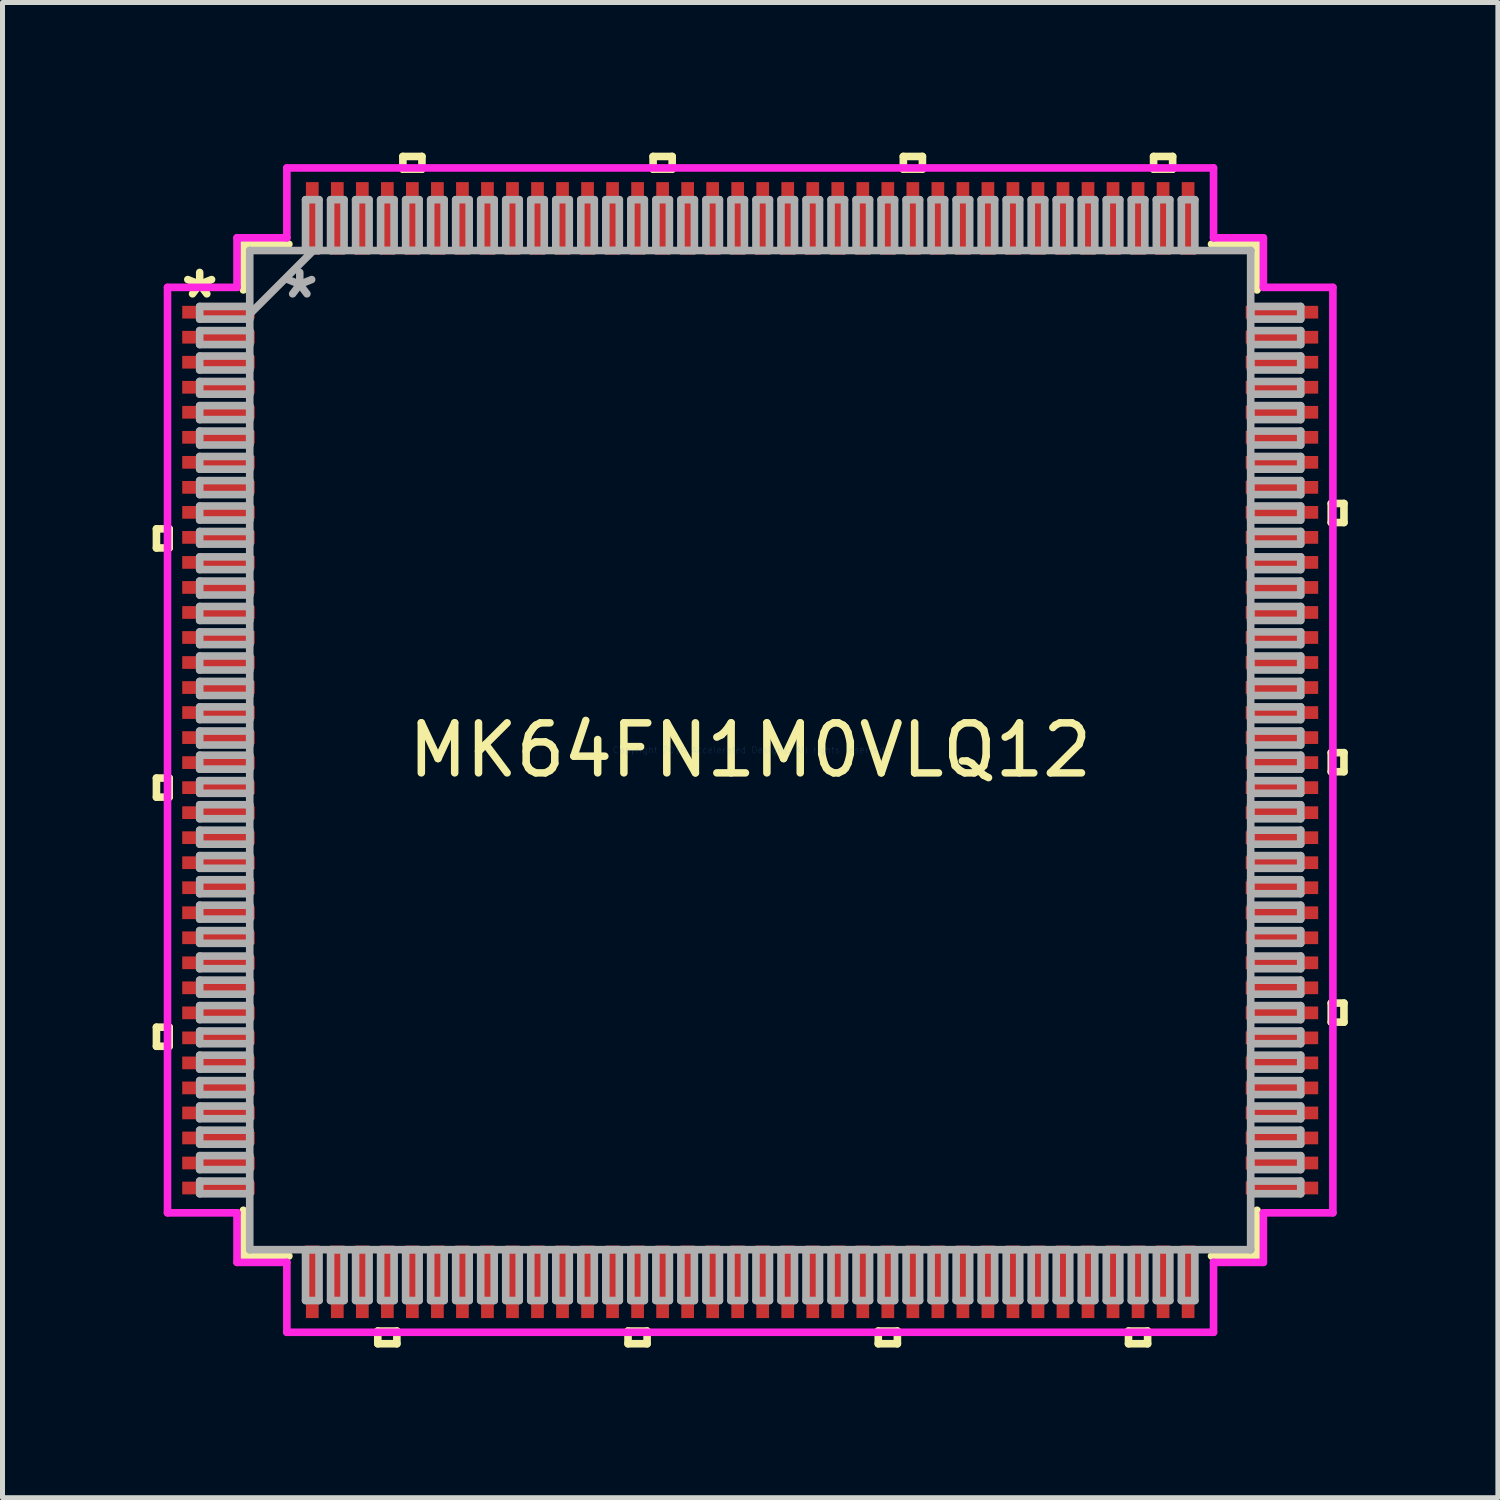
<source format=kicad_pcb>
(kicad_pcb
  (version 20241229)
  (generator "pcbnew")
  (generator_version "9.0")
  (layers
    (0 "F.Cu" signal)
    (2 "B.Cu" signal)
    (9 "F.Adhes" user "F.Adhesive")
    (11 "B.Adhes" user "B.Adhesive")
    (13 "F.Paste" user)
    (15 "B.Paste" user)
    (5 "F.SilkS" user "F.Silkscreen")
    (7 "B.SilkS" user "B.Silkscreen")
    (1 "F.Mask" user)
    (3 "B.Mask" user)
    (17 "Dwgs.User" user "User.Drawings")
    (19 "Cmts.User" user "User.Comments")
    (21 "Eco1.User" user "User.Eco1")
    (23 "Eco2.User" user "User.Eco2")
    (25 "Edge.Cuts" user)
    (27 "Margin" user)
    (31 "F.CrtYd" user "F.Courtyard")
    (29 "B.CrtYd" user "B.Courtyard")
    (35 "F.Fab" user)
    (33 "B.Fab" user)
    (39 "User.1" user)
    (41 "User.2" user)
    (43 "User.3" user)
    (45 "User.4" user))
  (footprint "MK64FN1M0VLQ12"
    (layer "F.Cu")
    (at 11.94 11.938)
    (property "Reference" "MK64FN1M0VLQ12" (at 0 0 0) (layer "F.SilkS") (effects (font (size 1 1) (thickness 0.15))))
    (attr through_hole)
    (fp_line (start -11.864 -4.42) (end -11.864 -4.039) (stroke (width 0.152) (type solid)) (layer "F.SilkS"))
    (fp_line (start -11.864 -4.039) (end -11.61 -4.039) (stroke (width 0.152) (type solid)) (layer "F.SilkS"))
    (fp_line (start -11.864 0.559) (end -11.864 0.94) (stroke (width 0.152) (type solid)) (layer "F.SilkS"))
    (fp_line (start -11.864 0.94) (end -11.61 0.94) (stroke (width 0.152) (type solid)) (layer "F.SilkS"))
    (fp_line (start -11.864 5.537) (end -11.864 5.918) (stroke (width 0.152) (type solid)) (layer "F.SilkS"))
    (fp_line (start -11.864 5.918) (end -11.61 5.918) (stroke (width 0.152) (type solid)) (layer "F.SilkS"))
    (fp_line (start -11.61 -4.42) (end -11.864 -4.42) (stroke (width 0.152) (type solid)) (layer "F.SilkS"))
    (fp_line (start -11.61 -4.039) (end -11.61 -4.42) (stroke (width 0.152) (type solid)) (layer "F.SilkS"))
    (fp_line (start -11.61 0.559) (end -11.864 0.559) (stroke (width 0.152) (type solid)) (layer "F.SilkS"))
    (fp_line (start -11.61 0.94) (end -11.61 0.559) (stroke (width 0.152) (type solid)) (layer "F.SilkS"))
    (fp_line (start -11.61 5.537) (end -11.864 5.537) (stroke (width 0.152) (type solid)) (layer "F.SilkS"))
    (fp_line (start -11.61 5.918) (end -11.61 5.537) (stroke (width 0.152) (type solid)) (layer "F.SilkS"))
    (fp_line (start -10.127 -10.109) (end -10.127 -9.195) (stroke (width 0.152) (type solid)) (layer "F.SilkS"))
    (fp_line (start -10.127 9.195) (end -10.127 10.109) (stroke (width 0.152) (type solid)) (layer "F.SilkS"))
    (fp_line (start -10.127 10.109) (end -9.218 10.109) (stroke (width 0.152) (type solid)) (layer "F.SilkS"))
    (fp_line (start -9.218 -10.109) (end -10.127 -10.109) (stroke (width 0.152) (type solid)) (layer "F.SilkS"))
    (fp_line (start -7.441 11.608) (end -7.441 11.862) (stroke (width 0.152) (type solid)) (layer "F.SilkS"))
    (fp_line (start -7.441 11.862) (end -7.06 11.862) (stroke (width 0.152) (type solid)) (layer "F.SilkS"))
    (fp_line (start -7.06 11.608) (end -7.441 11.608) (stroke (width 0.152) (type solid)) (layer "F.SilkS"))
    (fp_line (start -7.06 11.862) (end -7.06 11.608) (stroke (width 0.152) (type solid)) (layer "F.SilkS"))
    (fp_line (start -6.94 -11.862) (end -6.559 -11.862) (stroke (width 0.152) (type solid)) (layer "F.SilkS"))
    (fp_line (start -6.94 -11.608) (end -6.94 -11.862) (stroke (width 0.152) (type solid)) (layer "F.SilkS"))
    (fp_line (start -6.559 -11.862) (end -6.559 -11.608) (stroke (width 0.152) (type solid)) (layer "F.SilkS"))
    (fp_line (start -6.559 -11.608) (end -6.94 -11.608) (stroke (width 0.152) (type solid)) (layer "F.SilkS"))
    (fp_line (start -2.441 11.608) (end -2.441 11.862) (stroke (width 0.152) (type solid)) (layer "F.SilkS"))
    (fp_line (start -2.441 11.862) (end -2.06 11.862) (stroke (width 0.152) (type solid)) (layer "F.SilkS"))
    (fp_line (start -2.06 11.608) (end -2.441 11.608) (stroke (width 0.152) (type solid)) (layer "F.SilkS"))
    (fp_line (start -2.06 11.862) (end -2.06 11.608) (stroke (width 0.152) (type solid)) (layer "F.SilkS"))
    (fp_line (start -1.94 -11.862) (end -1.559 -11.862) (stroke (width 0.152) (type solid)) (layer "F.SilkS"))
    (fp_line (start -1.94 -11.608) (end -1.94 -11.862) (stroke (width 0.152) (type solid)) (layer "F.SilkS"))
    (fp_line (start -1.559 -11.862) (end -1.559 -11.608) (stroke (width 0.152) (type solid)) (layer "F.SilkS"))
    (fp_line (start -1.559 -11.608) (end -1.94 -11.608) (stroke (width 0.152) (type solid)) (layer "F.SilkS"))
    (fp_line (start 2.559 11.608) (end 2.559 11.862) (stroke (width 0.152) (type solid)) (layer "F.SilkS"))
    (fp_line (start 2.559 11.862) (end 2.941 11.862) (stroke (width 0.152) (type solid)) (layer "F.SilkS"))
    (fp_line (start 2.941 11.608) (end 2.559 11.608) (stroke (width 0.152) (type solid)) (layer "F.SilkS"))
    (fp_line (start 2.941 11.862) (end 2.941 11.608) (stroke (width 0.152) (type solid)) (layer "F.SilkS"))
    (fp_line (start 3.06 -11.862) (end 3.441 -11.862) (stroke (width 0.152) (type solid)) (layer "F.SilkS"))
    (fp_line (start 3.06 -11.608) (end 3.06 -11.862) (stroke (width 0.152) (type solid)) (layer "F.SilkS"))
    (fp_line (start 3.441 -11.862) (end 3.441 -11.608) (stroke (width 0.152) (type solid)) (layer "F.SilkS"))
    (fp_line (start 3.441 -11.608) (end 3.06 -11.608) (stroke (width 0.152) (type solid)) (layer "F.SilkS"))
    (fp_line (start 7.559 11.608) (end 7.559 11.862) (stroke (width 0.152) (type solid)) (layer "F.SilkS"))
    (fp_line (start 7.559 11.862) (end 7.941 11.862) (stroke (width 0.152) (type solid)) (layer "F.SilkS"))
    (fp_line (start 7.941 11.608) (end 7.559 11.608) (stroke (width 0.152) (type solid)) (layer "F.SilkS"))
    (fp_line (start 7.941 11.862) (end 7.941 11.608) (stroke (width 0.152) (type solid)) (layer "F.SilkS"))
    (fp_line (start 8.06 -11.862) (end 8.441 -11.862) (stroke (width 0.152) (type solid)) (layer "F.SilkS"))
    (fp_line (start 8.06 -11.608) (end 8.06 -11.862) (stroke (width 0.152) (type solid)) (layer "F.SilkS"))
    (fp_line (start 8.441 -11.862) (end 8.441 -11.608) (stroke (width 0.152) (type solid)) (layer "F.SilkS"))
    (fp_line (start 8.441 -11.608) (end 8.06 -11.608) (stroke (width 0.152) (type solid)) (layer "F.SilkS"))
    (fp_line (start 9.218 10.109) (end 10.127 10.109) (stroke (width 0.152) (type solid)) (layer "F.SilkS"))
    (fp_line (start 10.127 -10.109) (end 9.218 -10.109) (stroke (width 0.152) (type solid)) (layer "F.SilkS"))
    (fp_line (start 10.127 -9.195) (end 10.127 -10.109) (stroke (width 0.152) (type solid)) (layer "F.SilkS"))
    (fp_line (start 10.127 10.109) (end 10.127 9.195) (stroke (width 0.152) (type solid)) (layer "F.SilkS"))
    (fp_line (start 11.61 -4.928) (end 11.864 -4.928) (stroke (width 0.152) (type solid)) (layer "F.SilkS"))
    (fp_line (start 11.61 -4.547) (end 11.61 -4.928) (stroke (width 0.152) (type solid)) (layer "F.SilkS"))
    (fp_line (start 11.61 0.051) (end 11.864 0.051) (stroke (width 0.152) (type solid)) (layer "F.SilkS"))
    (fp_line (start 11.61 0.432) (end 11.61 0.051) (stroke (width 0.152) (type solid)) (layer "F.SilkS"))
    (fp_line (start 11.61 5.055) (end 11.864 5.055) (stroke (width 0.152) (type solid)) (layer "F.SilkS"))
    (fp_line (start 11.61 5.436) (end 11.61 5.055) (stroke (width 0.152) (type solid)) (layer "F.SilkS"))
    (fp_line (start 11.864 -4.928) (end 11.864 -4.547) (stroke (width 0.152) (type solid)) (layer "F.SilkS"))
    (fp_line (start 11.864 -4.547) (end 11.61 -4.547) (stroke (width 0.152) (type solid)) (layer "F.SilkS"))
    (fp_line (start 11.864 0.051) (end 11.864 0.432) (stroke (width 0.152) (type solid)) (layer "F.SilkS"))
    (fp_line (start 11.864 0.432) (end 11.61 0.432) (stroke (width 0.152) (type solid)) (layer "F.SilkS"))
    (fp_line (start 11.864 5.055) (end 11.864 5.436) (stroke (width 0.152) (type solid)) (layer "F.SilkS"))
    (fp_line (start 11.864 5.436) (end 11.61 5.436) (stroke (width 0.152) (type solid)) (layer "F.SilkS"))
    (fp_line (start -11.643 -9.246) (end -10.254 -9.246) (stroke (width 0.152) (type solid)) (layer "F.CrtYd"))
    (fp_line (start -11.643 9.246) (end -11.643 -9.246) (stroke (width 0.152) (type solid)) (layer "F.CrtYd"))
    (fp_line (start -10.254 -10.236) (end -9.258 -10.236) (stroke (width 0.152) (type solid)) (layer "F.CrtYd"))
    (fp_line (start -10.254 -9.246) (end -10.254 -10.236) (stroke (width 0.152) (type solid)) (layer "F.CrtYd"))
    (fp_line (start -10.254 9.246) (end -11.643 9.246) (stroke (width 0.152) (type solid)) (layer "F.CrtYd"))
    (fp_line (start -10.254 10.236) (end -10.254 9.246) (stroke (width 0.152) (type solid)) (layer "F.CrtYd"))
    (fp_line (start -9.258 -11.633) (end 9.258 -11.633) (stroke (width 0.152) (type solid)) (layer "F.CrtYd"))
    (fp_line (start -9.258 -10.236) (end -9.258 -11.633) (stroke (width 0.152) (type solid)) (layer "F.CrtYd"))
    (fp_line (start -9.258 10.236) (end -10.254 10.236) (stroke (width 0.152) (type solid)) (layer "F.CrtYd"))
    (fp_line (start -9.258 11.633) (end -9.258 10.236) (stroke (width 0.152) (type solid)) (layer "F.CrtYd"))
    (fp_line (start 9.258 -11.633) (end 9.258 -10.236) (stroke (width 0.152) (type solid)) (layer "F.CrtYd"))
    (fp_line (start 9.258 -10.236) (end 10.254 -10.236) (stroke (width 0.152) (type solid)) (layer "F.CrtYd"))
    (fp_line (start 9.258 10.236) (end 9.258 11.633) (stroke (width 0.152) (type solid)) (layer "F.CrtYd"))
    (fp_line (start 9.258 11.633) (end -9.258 11.633) (stroke (width 0.152) (type solid)) (layer "F.CrtYd"))
    (fp_line (start 10.254 -10.236) (end 10.254 -9.246) (stroke (width 0.152) (type solid)) (layer "F.CrtYd"))
    (fp_line (start 10.254 -9.246) (end 11.643 -9.246) (stroke (width 0.152) (type solid)) (layer "F.CrtYd"))
    (fp_line (start 10.254 9.246) (end 10.254 10.236) (stroke (width 0.152) (type solid)) (layer "F.CrtYd"))
    (fp_line (start 10.254 10.236) (end 9.258 10.236) (stroke (width 0.152) (type solid)) (layer "F.CrtYd"))
    (fp_line (start 11.643 -9.246) (end 11.643 9.246) (stroke (width 0.152) (type solid)) (layer "F.CrtYd"))
    (fp_line (start 11.643 9.246) (end 10.254 9.246) (stroke (width 0.152) (type solid)) (layer "F.CrtYd"))
    (fp_line (start -11 -8.865) (end -11 -8.611) (stroke (width 0.152) (type solid)) (layer "F.Fab"))
    (fp_line (start -11 -8.611) (end -10 -8.611) (stroke (width 0.152) (type solid)) (layer "F.Fab"))
    (fp_line (start -11 -8.382) (end -11 -8.103) (stroke (width 0.152) (type solid)) (layer "F.Fab"))
    (fp_line (start -11 -8.103) (end -10 -8.103) (stroke (width 0.152) (type solid)) (layer "F.Fab"))
    (fp_line (start -11 -7.874) (end -11 -7.595) (stroke (width 0.152) (type solid)) (layer "F.Fab"))
    (fp_line (start -11 -7.595) (end -10 -7.595) (stroke (width 0.152) (type solid)) (layer "F.Fab"))
    (fp_line (start -11 -7.366) (end -11 -7.112) (stroke (width 0.152) (type solid)) (layer "F.Fab"))
    (fp_line (start -11 -7.112) (end -10 -7.112) (stroke (width 0.152) (type solid)) (layer "F.Fab"))
    (fp_line (start -11 -6.883) (end -11 -6.604) (stroke (width 0.152) (type solid)) (layer "F.Fab"))
    (fp_line (start -11 -6.604) (end -10 -6.604) (stroke (width 0.152) (type solid)) (layer "F.Fab"))
    (fp_line (start -11 -6.375) (end -11 -6.096) (stroke (width 0.152) (type solid)) (layer "F.Fab"))
    (fp_line (start -11 -6.096) (end -10 -6.096) (stroke (width 0.152) (type solid)) (layer "F.Fab"))
    (fp_line (start -11 -5.867) (end -11 -5.613) (stroke (width 0.152) (type solid)) (layer "F.Fab"))
    (fp_line (start -11 -5.613) (end -10 -5.613) (stroke (width 0.152) (type solid)) (layer "F.Fab"))
    (fp_line (start -11 -5.385) (end -11 -5.105) (stroke (width 0.152) (type solid)) (layer "F.Fab"))
    (fp_line (start -11 -5.105) (end -10 -5.105) (stroke (width 0.152) (type solid)) (layer "F.Fab"))
    (fp_line (start -11 -4.877) (end -11 -4.597) (stroke (width 0.152) (type solid)) (layer "F.Fab"))
    (fp_line (start -11 -4.597) (end -10 -4.597) (stroke (width 0.152) (type solid)) (layer "F.Fab"))
    (fp_line (start -11 -4.369) (end -11 -4.115) (stroke (width 0.152) (type solid)) (layer "F.Fab"))
    (fp_line (start -11 -4.115) (end -10 -4.115) (stroke (width 0.152) (type solid)) (layer "F.Fab"))
    (fp_line (start -11 -3.861) (end -11 -3.607) (stroke (width 0.152) (type solid)) (layer "F.Fab"))
    (fp_line (start -11 -3.607) (end -10 -3.607) (stroke (width 0.152) (type solid)) (layer "F.Fab"))
    (fp_line (start -11 -3.378) (end -11 -3.099) (stroke (width 0.152) (type solid)) (layer "F.Fab"))
    (fp_line (start -11 -3.099) (end -10 -3.099) (stroke (width 0.152) (type solid)) (layer "F.Fab"))
    (fp_line (start -11 -2.87) (end -11 -2.591) (stroke (width 0.152) (type solid)) (layer "F.Fab"))
    (fp_line (start -11 -2.591) (end -10 -2.591) (stroke (width 0.152) (type solid)) (layer "F.Fab"))
    (fp_line (start -11 -2.362) (end -11 -2.108) (stroke (width 0.152) (type solid)) (layer "F.Fab"))
    (fp_line (start -11 -2.108) (end -10 -2.108) (stroke (width 0.152) (type solid)) (layer "F.Fab"))
    (fp_line (start -11 -1.88) (end -11 -1.6) (stroke (width 0.152) (type solid)) (layer "F.Fab"))
    (fp_line (start -11 -1.6) (end -10 -1.6) (stroke (width 0.152) (type solid)) (layer "F.Fab"))
    (fp_line (start -11 -1.372) (end -11 -1.092) (stroke (width 0.152) (type solid)) (layer "F.Fab"))
    (fp_line (start -11 -1.092) (end -10 -1.092) (stroke (width 0.152) (type solid)) (layer "F.Fab"))
    (fp_line (start -11 -0.864) (end -11 -0.61) (stroke (width 0.152) (type solid)) (layer "F.Fab"))
    (fp_line (start -11 -0.61) (end -10 -0.61) (stroke (width 0.152) (type solid)) (layer "F.Fab"))
    (fp_line (start -11 -0.381) (end -11 -0.102) (stroke (width 0.152) (type solid)) (layer "F.Fab"))
    (fp_line (start -11 -0.102) (end -10 -0.102) (stroke (width 0.152) (type solid)) (layer "F.Fab"))
    (fp_line (start -11 0.102) (end -11 0.381) (stroke (width 0.152) (type solid)) (layer "F.Fab"))
    (fp_line (start -11 0.381) (end -10 0.381) (stroke (width 0.152) (type solid)) (layer "F.Fab"))
    (fp_line (start -11 0.61) (end -11 0.864) (stroke (width 0.152) (type solid)) (layer "F.Fab"))
    (fp_line (start -11 0.864) (end -10 0.864) (stroke (width 0.152) (type solid)) (layer "F.Fab"))
    (fp_line (start -11 1.092) (end -11 1.372) (stroke (width 0.152) (type solid)) (layer "F.Fab"))
    (fp_line (start -11 1.372) (end -10 1.372) (stroke (width 0.152) (type solid)) (layer "F.Fab"))
    (fp_line (start -11 1.6) (end -11 1.88) (stroke (width 0.152) (type solid)) (layer "F.Fab"))
    (fp_line (start -11 1.88) (end -10 1.88) (stroke (width 0.152) (type solid)) (layer "F.Fab"))
    (fp_line (start -11 2.108) (end -11 2.362) (stroke (width 0.152) (type solid)) (layer "F.Fab"))
    (fp_line (start -11 2.362) (end -10 2.362) (stroke (width 0.152) (type solid)) (layer "F.Fab"))
    (fp_line (start -11 2.591) (end -11 2.87) (stroke (width 0.152) (type solid)) (layer "F.Fab"))
    (fp_line (start -11 2.87) (end -10 2.87) (stroke (width 0.152) (type solid)) (layer "F.Fab"))
    (fp_line (start -11 3.099) (end -11 3.378) (stroke (width 0.152) (type solid)) (layer "F.Fab"))
    (fp_line (start -11 3.378) (end -10 3.378) (stroke (width 0.152) (type solid)) (layer "F.Fab"))
    (fp_line (start -11 3.607) (end -11 3.861) (stroke (width 0.152) (type solid)) (layer "F.Fab"))
    (fp_line (start -11 3.861) (end -10 3.861) (stroke (width 0.152) (type solid)) (layer "F.Fab"))
    (fp_line (start -11 4.115) (end -11 4.369) (stroke (width 0.152) (type solid)) (layer "F.Fab"))
    (fp_line (start -11 4.369) (end -10 4.369) (stroke (width 0.152) (type solid)) (layer "F.Fab"))
    (fp_line (start -11 4.597) (end -11 4.877) (stroke (width 0.152) (type solid)) (layer "F.Fab"))
    (fp_line (start -11 4.877) (end -10 4.877) (stroke (width 0.152) (type solid)) (layer "F.Fab"))
    (fp_line (start -11 5.105) (end -11 5.385) (stroke (width 0.152) (type solid)) (layer "F.Fab"))
    (fp_line (start -11 5.385) (end -10 5.385) (stroke (width 0.152) (type solid)) (layer "F.Fab"))
    (fp_line (start -11 5.613) (end -11 5.867) (stroke (width 0.152) (type solid)) (layer "F.Fab"))
    (fp_line (start -11 5.867) (end -10 5.867) (stroke (width 0.152) (type solid)) (layer "F.Fab"))
    (fp_line (start -11 6.096) (end -11 6.375) (stroke (width 0.152) (type solid)) (layer "F.Fab"))
    (fp_line (start -11 6.375) (end -10 6.375) (stroke (width 0.152) (type solid)) (layer "F.Fab"))
    (fp_line (start -11 6.604) (end -11 6.883) (stroke (width 0.152) (type solid)) (layer "F.Fab"))
    (fp_line (start -11 6.883) (end -10 6.883) (stroke (width 0.152) (type solid)) (layer "F.Fab"))
    (fp_line (start -11 7.112) (end -11 7.366) (stroke (width 0.152) (type solid)) (layer "F.Fab"))
    (fp_line (start -11 7.366) (end -10 7.366) (stroke (width 0.152) (type solid)) (layer "F.Fab"))
    (fp_line (start -11 7.595) (end -11 7.874) (stroke (width 0.152) (type solid)) (layer "F.Fab"))
    (fp_line (start -11 7.874) (end -10 7.874) (stroke (width 0.152) (type solid)) (layer "F.Fab"))
    (fp_line (start -11 8.103) (end -11 8.382) (stroke (width 0.152) (type solid)) (layer "F.Fab"))
    (fp_line (start -11 8.382) (end -10 8.382) (stroke (width 0.152) (type solid)) (layer "F.Fab"))
    (fp_line (start -11 8.611) (end -11 8.865) (stroke (width 0.152) (type solid)) (layer "F.Fab"))
    (fp_line (start -11 8.865) (end -10 8.865) (stroke (width 0.152) (type solid)) (layer "F.Fab"))
    (fp_line (start -10 -9.982) (end -10 -9.982) (stroke (width 0.152) (type solid)) (layer "F.Fab"))
    (fp_line (start -10 -9.982) (end -10 9.982) (stroke (width 0.152) (type solid)) (layer "F.Fab"))
    (fp_line (start -10 -8.865) (end -11 -8.865) (stroke (width 0.152) (type solid)) (layer "F.Fab"))
    (fp_line (start -10 -8.712) (end -8.73 -9.982) (stroke (width 0.152) (type solid)) (layer "F.Fab"))
    (fp_line (start -10 -8.611) (end -10 -8.865) (stroke (width 0.152) (type solid)) (layer "F.Fab"))
    (fp_line (start -10 -8.382) (end -11 -8.382) (stroke (width 0.152) (type solid)) (layer "F.Fab"))
    (fp_line (start -10 -8.103) (end -10 -8.382) (stroke (width 0.152) (type solid)) (layer "F.Fab"))
    (fp_line (start -10 -7.874) (end -11 -7.874) (stroke (width 0.152) (type solid)) (layer "F.Fab"))
    (fp_line (start -10 -7.595) (end -10 -7.874) (stroke (width 0.152) (type solid)) (layer "F.Fab"))
    (fp_line (start -10 -7.366) (end -11 -7.366) (stroke (width 0.152) (type solid)) (layer "F.Fab"))
    (fp_line (start -10 -7.112) (end -10 -7.366) (stroke (width 0.152) (type solid)) (layer "F.Fab"))
    (fp_line (start -10 -6.883) (end -11 -6.883) (stroke (width 0.152) (type solid)) (layer "F.Fab"))
    (fp_line (start -10 -6.604) (end -10 -6.883) (stroke (width 0.152) (type solid)) (layer "F.Fab"))
    (fp_line (start -10 -6.375) (end -11 -6.375) (stroke (width 0.152) (type solid)) (layer "F.Fab"))
    (fp_line (start -10 -6.096) (end -10 -6.375) (stroke (width 0.152) (type solid)) (layer "F.Fab"))
    (fp_line (start -10 -5.867) (end -11 -5.867) (stroke (width 0.152) (type solid)) (layer "F.Fab"))
    (fp_line (start -10 -5.613) (end -10 -5.867) (stroke (width 0.152) (type solid)) (layer "F.Fab"))
    (fp_line (start -10 -5.385) (end -11 -5.385) (stroke (width 0.152) (type solid)) (layer "F.Fab"))
    (fp_line (start -10 -5.105) (end -10 -5.385) (stroke (width 0.152) (type solid)) (layer "F.Fab"))
    (fp_line (start -10 -4.877) (end -11 -4.877) (stroke (width 0.152) (type solid)) (layer "F.Fab"))
    (fp_line (start -10 -4.597) (end -10 -4.877) (stroke (width 0.152) (type solid)) (layer "F.Fab"))
    (fp_line (start -10 -4.369) (end -11 -4.369) (stroke (width 0.152) (type solid)) (layer "F.Fab"))
    (fp_line (start -10 -4.115) (end -10 -4.369) (stroke (width 0.152) (type solid)) (layer "F.Fab"))
    (fp_line (start -10 -3.861) (end -11 -3.861) (stroke (width 0.152) (type solid)) (layer "F.Fab"))
    (fp_line (start -10 -3.607) (end -10 -3.861) (stroke (width 0.152) (type solid)) (layer "F.Fab"))
    (fp_line (start -10 -3.378) (end -11 -3.378) (stroke (width 0.152) (type solid)) (layer "F.Fab"))
    (fp_line (start -10 -3.099) (end -10 -3.378) (stroke (width 0.152) (type solid)) (layer "F.Fab"))
    (fp_line (start -10 -2.87) (end -11 -2.87) (stroke (width 0.152) (type solid)) (layer "F.Fab"))
    (fp_line (start -10 -2.591) (end -10 -2.87) (stroke (width 0.152) (type solid)) (layer "F.Fab"))
    (fp_line (start -10 -2.362) (end -11 -2.362) (stroke (width 0.152) (type solid)) (layer "F.Fab"))
    (fp_line (start -10 -2.108) (end -10 -2.362) (stroke (width 0.152) (type solid)) (layer "F.Fab"))
    (fp_line (start -10 -1.88) (end -11 -1.88) (stroke (width 0.152) (type solid)) (layer "F.Fab"))
    (fp_line (start -10 -1.6) (end -10 -1.88) (stroke (width 0.152) (type solid)) (layer "F.Fab"))
    (fp_line (start -10 -1.372) (end -11 -1.372) (stroke (width 0.152) (type solid)) (layer "F.Fab"))
    (fp_line (start -10 -1.092) (end -10 -1.372) (stroke (width 0.152) (type solid)) (layer "F.Fab"))
    (fp_line (start -10 -0.864) (end -11 -0.864) (stroke (width 0.152) (type solid)) (layer "F.Fab"))
    (fp_line (start -10 -0.61) (end -10 -0.864) (stroke (width 0.152) (type solid)) (layer "F.Fab"))
    (fp_line (start -10 -0.381) (end -11 -0.381) (stroke (width 0.152) (type solid)) (layer "F.Fab"))
    (fp_line (start -10 -0.102) (end -10 -0.381) (stroke (width 0.152) (type solid)) (layer "F.Fab"))
    (fp_line (start -10 0.102) (end -11 0.102) (stroke (width 0.152) (type solid)) (layer "F.Fab"))
    (fp_line (start -10 0.381) (end -10 0.102) (stroke (width 0.152) (type solid)) (layer "F.Fab"))
    (fp_line (start -10 0.61) (end -11 0.61) (stroke (width 0.152) (type solid)) (layer "F.Fab"))
    (fp_line (start -10 0.864) (end -10 0.61) (stroke (width 0.152) (type solid)) (layer "F.Fab"))
    (fp_line (start -10 1.092) (end -11 1.092) (stroke (width 0.152) (type solid)) (layer "F.Fab"))
    (fp_line (start -10 1.372) (end -10 1.092) (stroke (width 0.152) (type solid)) (layer "F.Fab"))
    (fp_line (start -10 1.6) (end -11 1.6) (stroke (width 0.152) (type solid)) (layer "F.Fab"))
    (fp_line (start -10 1.88) (end -10 1.6) (stroke (width 0.152) (type solid)) (layer "F.Fab"))
    (fp_line (start -10 2.108) (end -11 2.108) (stroke (width 0.152) (type solid)) (layer "F.Fab"))
    (fp_line (start -10 2.362) (end -10 2.108) (stroke (width 0.152) (type solid)) (layer "F.Fab"))
    (fp_line (start -10 2.591) (end -11 2.591) (stroke (width 0.152) (type solid)) (layer "F.Fab"))
    (fp_line (start -10 2.87) (end -10 2.591) (stroke (width 0.152) (type solid)) (layer "F.Fab"))
    (fp_line (start -10 3.099) (end -11 3.099) (stroke (width 0.152) (type solid)) (layer "F.Fab"))
    (fp_line (start -10 3.378) (end -10 3.099) (stroke (width 0.152) (type solid)) (layer "F.Fab"))
    (fp_line (start -10 3.607) (end -11 3.607) (stroke (width 0.152) (type solid)) (layer "F.Fab"))
    (fp_line (start -10 3.861) (end -10 3.607) (stroke (width 0.152) (type solid)) (layer "F.Fab"))
    (fp_line (start -10 4.115) (end -11 4.115) (stroke (width 0.152) (type solid)) (layer "F.Fab"))
    (fp_line (start -10 4.369) (end -10 4.115) (stroke (width 0.152) (type solid)) (layer "F.Fab"))
    (fp_line (start -10 4.597) (end -11 4.597) (stroke (width 0.152) (type solid)) (layer "F.Fab"))
    (fp_line (start -10 4.877) (end -10 4.597) (stroke (width 0.152) (type solid)) (layer "F.Fab"))
    (fp_line (start -10 5.105) (end -11 5.105) (stroke (width 0.152) (type solid)) (layer "F.Fab"))
    (fp_line (start -10 5.385) (end -10 5.105) (stroke (width 0.152) (type solid)) (layer "F.Fab"))
    (fp_line (start -10 5.613) (end -11 5.613) (stroke (width 0.152) (type solid)) (layer "F.Fab"))
    (fp_line (start -10 5.867) (end -10 5.613) (stroke (width 0.152) (type solid)) (layer "F.Fab"))
    (fp_line (start -10 6.096) (end -11 6.096) (stroke (width 0.152) (type solid)) (layer "F.Fab"))
    (fp_line (start -10 6.375) (end -10 6.096) (stroke (width 0.152) (type solid)) (layer "F.Fab"))
    (fp_line (start -10 6.604) (end -11 6.604) (stroke (width 0.152) (type solid)) (layer "F.Fab"))
    (fp_line (start -10 6.883) (end -10 6.604) (stroke (width 0.152) (type solid)) (layer "F.Fab"))
    (fp_line (start -10 7.112) (end -11 7.112) (stroke (width 0.152) (type solid)) (layer "F.Fab"))
    (fp_line (start -10 7.366) (end -10 7.112) (stroke (width 0.152) (type solid)) (layer "F.Fab"))
    (fp_line (start -10 7.595) (end -11 7.595) (stroke (width 0.152) (type solid)) (layer "F.Fab"))
    (fp_line (start -10 7.874) (end -10 7.595) (stroke (width 0.152) (type solid)) (layer "F.Fab"))
    (fp_line (start -10 8.103) (end -11 8.103) (stroke (width 0.152) (type solid)) (layer "F.Fab"))
    (fp_line (start -10 8.382) (end -10 8.103) (stroke (width 0.152) (type solid)) (layer "F.Fab"))
    (fp_line (start -10 8.611) (end -11 8.611) (stroke (width 0.152) (type solid)) (layer "F.Fab"))
    (fp_line (start -10 8.865) (end -10 8.611) (stroke (width 0.152) (type solid)) (layer "F.Fab"))
    (fp_line (start -10 9.982) (end -10 9.982) (stroke (width 0.152) (type solid)) (layer "F.Fab"))
    (fp_line (start -10 9.982) (end 10 9.982) (stroke (width 0.152) (type solid)) (layer "F.Fab"))
    (fp_line (start -8.885 -10.998) (end -8.885 -9.982) (stroke (width 0.152) (type solid)) (layer "F.Fab"))
    (fp_line (start -8.885 -9.982) (end -8.615 -9.982) (stroke (width 0.152) (type solid)) (layer "F.Fab"))
    (fp_line (start -8.885 9.982) (end -8.885 10.998) (stroke (width 0.152) (type solid)) (layer "F.Fab"))
    (fp_line (start -8.885 10.998) (end -8.615 10.998) (stroke (width 0.152) (type solid)) (layer "F.Fab"))
    (fp_line (start -8.615 -10.998) (end -8.885 -10.998) (stroke (width 0.152) (type solid)) (layer "F.Fab"))
    (fp_line (start -8.615 -9.982) (end -8.615 -10.998) (stroke (width 0.152) (type solid)) (layer "F.Fab"))
    (fp_line (start -8.615 9.982) (end -8.885 9.982) (stroke (width 0.152) (type solid)) (layer "F.Fab"))
    (fp_line (start -8.615 10.998) (end -8.615 9.982) (stroke (width 0.152) (type solid)) (layer "F.Fab"))
    (fp_line (start -8.385 -10.998) (end -8.385 -9.982) (stroke (width 0.152) (type solid)) (layer "F.Fab"))
    (fp_line (start -8.385 -9.982) (end -8.115 -9.982) (stroke (width 0.152) (type solid)) (layer "F.Fab"))
    (fp_line (start -8.385 9.982) (end -8.385 10.998) (stroke (width 0.152) (type solid)) (layer "F.Fab"))
    (fp_line (start -8.385 10.998) (end -8.115 10.998) (stroke (width 0.152) (type solid)) (layer "F.Fab"))
    (fp_line (start -8.115 -10.998) (end -8.385 -10.998) (stroke (width 0.152) (type solid)) (layer "F.Fab"))
    (fp_line (start -8.115 -9.982) (end -8.115 -10.998) (stroke (width 0.152) (type solid)) (layer "F.Fab"))
    (fp_line (start -8.115 9.982) (end -8.385 9.982) (stroke (width 0.152) (type solid)) (layer "F.Fab"))
    (fp_line (start -8.115 10.998) (end -8.115 9.982) (stroke (width 0.152) (type solid)) (layer "F.Fab"))
    (fp_line (start -7.885 -10.998) (end -7.885 -9.982) (stroke (width 0.152) (type solid)) (layer "F.Fab"))
    (fp_line (start -7.885 -9.982) (end -7.615 -9.982) (stroke (width 0.152) (type solid)) (layer "F.Fab"))
    (fp_line (start -7.885 9.982) (end -7.885 10.998) (stroke (width 0.152) (type solid)) (layer "F.Fab"))
    (fp_line (start -7.885 10.998) (end -7.615 10.998) (stroke (width 0.152) (type solid)) (layer "F.Fab"))
    (fp_line (start -7.615 -10.998) (end -7.885 -10.998) (stroke (width 0.152) (type solid)) (layer "F.Fab"))
    (fp_line (start -7.615 -9.982) (end -7.615 -10.998) (stroke (width 0.152) (type solid)) (layer "F.Fab"))
    (fp_line (start -7.615 9.982) (end -7.885 9.982) (stroke (width 0.152) (type solid)) (layer "F.Fab"))
    (fp_line (start -7.615 10.998) (end -7.615 9.982) (stroke (width 0.152) (type solid)) (layer "F.Fab"))
    (fp_line (start -7.385 -10.998) (end -7.385 -9.982) (stroke (width 0.152) (type solid)) (layer "F.Fab"))
    (fp_line (start -7.385 -9.982) (end -7.115 -9.982) (stroke (width 0.152) (type solid)) (layer "F.Fab"))
    (fp_line (start -7.385 9.982) (end -7.385 10.998) (stroke (width 0.152) (type solid)) (layer "F.Fab"))
    (fp_line (start -7.385 10.998) (end -7.115 10.998) (stroke (width 0.152) (type solid)) (layer "F.Fab"))
    (fp_line (start -7.115 -10.998) (end -7.385 -10.998) (stroke (width 0.152) (type solid)) (layer "F.Fab"))
    (fp_line (start -7.115 -9.982) (end -7.115 -10.998) (stroke (width 0.152) (type solid)) (layer "F.Fab"))
    (fp_line (start -7.115 9.982) (end -7.385 9.982) (stroke (width 0.152) (type solid)) (layer "F.Fab"))
    (fp_line (start -7.115 10.998) (end -7.115 9.982) (stroke (width 0.152) (type solid)) (layer "F.Fab"))
    (fp_line (start -6.885 -10.998) (end -6.885 -9.982) (stroke (width 0.152) (type solid)) (layer "F.Fab"))
    (fp_line (start -6.885 -9.982) (end -6.615 -9.982) (stroke (width 0.152) (type solid)) (layer "F.Fab"))
    (fp_line (start -6.885 9.982) (end -6.885 10.998) (stroke (width 0.152) (type solid)) (layer "F.Fab"))
    (fp_line (start -6.885 10.998) (end -6.615 10.998) (stroke (width 0.152) (type solid)) (layer "F.Fab"))
    (fp_line (start -6.615 -10.998) (end -6.885 -10.998) (stroke (width 0.152) (type solid)) (layer "F.Fab"))
    (fp_line (start -6.615 -9.982) (end -6.615 -10.998) (stroke (width 0.152) (type solid)) (layer "F.Fab"))
    (fp_line (start -6.615 9.982) (end -6.885 9.982) (stroke (width 0.152) (type solid)) (layer "F.Fab"))
    (fp_line (start -6.615 10.998) (end -6.615 9.982) (stroke (width 0.152) (type solid)) (layer "F.Fab"))
    (fp_line (start -6.385 -10.998) (end -6.385 -9.982) (stroke (width 0.152) (type solid)) (layer "F.Fab"))
    (fp_line (start -6.385 -9.982) (end -6.115 -9.982) (stroke (width 0.152) (type solid)) (layer "F.Fab"))
    (fp_line (start -6.385 9.982) (end -6.385 10.998) (stroke (width 0.152) (type solid)) (layer "F.Fab"))
    (fp_line (start -6.385 10.998) (end -6.115 10.998) (stroke (width 0.152) (type solid)) (layer "F.Fab"))
    (fp_line (start -6.115 -10.998) (end -6.385 -10.998) (stroke (width 0.152) (type solid)) (layer "F.Fab"))
    (fp_line (start -6.115 -9.982) (end -6.115 -10.998) (stroke (width 0.152) (type solid)) (layer "F.Fab"))
    (fp_line (start -6.115 9.982) (end -6.385 9.982) (stroke (width 0.152) (type solid)) (layer "F.Fab"))
    (fp_line (start -6.115 10.998) (end -6.115 9.982) (stroke (width 0.152) (type solid)) (layer "F.Fab"))
    (fp_line (start -5.885 -10.998) (end -5.885 -9.982) (stroke (width 0.152) (type solid)) (layer "F.Fab"))
    (fp_line (start -5.885 -9.982) (end -5.615 -9.982) (stroke (width 0.152) (type solid)) (layer "F.Fab"))
    (fp_line (start -5.885 9.982) (end -5.885 10.998) (stroke (width 0.152) (type solid)) (layer "F.Fab"))
    (fp_line (start -5.885 10.998) (end -5.615 10.998) (stroke (width 0.152) (type solid)) (layer "F.Fab"))
    (fp_line (start -5.615 -10.998) (end -5.885 -10.998) (stroke (width 0.152) (type solid)) (layer "F.Fab"))
    (fp_line (start -5.615 -9.982) (end -5.615 -10.998) (stroke (width 0.152) (type solid)) (layer "F.Fab"))
    (fp_line (start -5.615 9.982) (end -5.885 9.982) (stroke (width 0.152) (type solid)) (layer "F.Fab"))
    (fp_line (start -5.615 10.998) (end -5.615 9.982) (stroke (width 0.152) (type solid)) (layer "F.Fab"))
    (fp_line (start -5.385 -10.998) (end -5.385 -9.982) (stroke (width 0.152) (type solid)) (layer "F.Fab"))
    (fp_line (start -5.385 -9.982) (end -5.115 -9.982) (stroke (width 0.152) (type solid)) (layer "F.Fab"))
    (fp_line (start -5.385 9.982) (end -5.385 10.998) (stroke (width 0.152) (type solid)) (layer "F.Fab"))
    (fp_line (start -5.385 10.998) (end -5.115 10.998) (stroke (width 0.152) (type solid)) (layer "F.Fab"))
    (fp_line (start -5.115 -10.998) (end -5.385 -10.998) (stroke (width 0.152) (type solid)) (layer "F.Fab"))
    (fp_line (start -5.115 -9.982) (end -5.115 -10.998) (stroke (width 0.152) (type solid)) (layer "F.Fab"))
    (fp_line (start -5.115 9.982) (end -5.385 9.982) (stroke (width 0.152) (type solid)) (layer "F.Fab"))
    (fp_line (start -5.115 10.998) (end -5.115 9.982) (stroke (width 0.152) (type solid)) (layer "F.Fab"))
    (fp_line (start -4.885 -10.998) (end -4.885 -9.982) (stroke (width 0.152) (type solid)) (layer "F.Fab"))
    (fp_line (start -4.885 -9.982) (end -4.615 -9.982) (stroke (width 0.152) (type solid)) (layer "F.Fab"))
    (fp_line (start -4.885 9.982) (end -4.885 10.998) (stroke (width 0.152) (type solid)) (layer "F.Fab"))
    (fp_line (start -4.885 10.998) (end -4.615 10.998) (stroke (width 0.152) (type solid)) (layer "F.Fab"))
    (fp_line (start -4.615 -10.998) (end -4.885 -10.998) (stroke (width 0.152) (type solid)) (layer "F.Fab"))
    (fp_line (start -4.615 -9.982) (end -4.615 -10.998) (stroke (width 0.152) (type solid)) (layer "F.Fab"))
    (fp_line (start -4.615 9.982) (end -4.885 9.982) (stroke (width 0.152) (type solid)) (layer "F.Fab"))
    (fp_line (start -4.615 10.998) (end -4.615 9.982) (stroke (width 0.152) (type solid)) (layer "F.Fab"))
    (fp_line (start -4.385 -10.998) (end -4.385 -9.982) (stroke (width 0.152) (type solid)) (layer "F.Fab"))
    (fp_line (start -4.385 -9.982) (end -4.115 -9.982) (stroke (width 0.152) (type solid)) (layer "F.Fab"))
    (fp_line (start -4.385 9.982) (end -4.385 10.998) (stroke (width 0.152) (type solid)) (layer "F.Fab"))
    (fp_line (start -4.385 10.998) (end -4.115 10.998) (stroke (width 0.152) (type solid)) (layer "F.Fab"))
    (fp_line (start -4.115 -10.998) (end -4.385 -10.998) (stroke (width 0.152) (type solid)) (layer "F.Fab"))
    (fp_line (start -4.115 -9.982) (end -4.115 -10.998) (stroke (width 0.152) (type solid)) (layer "F.Fab"))
    (fp_line (start -4.115 9.982) (end -4.385 9.982) (stroke (width 0.152) (type solid)) (layer "F.Fab"))
    (fp_line (start -4.115 10.998) (end -4.115 9.982) (stroke (width 0.152) (type solid)) (layer "F.Fab"))
    (fp_line (start -3.885 -10.998) (end -3.885 -9.982) (stroke (width 0.152) (type solid)) (layer "F.Fab"))
    (fp_line (start -3.885 -9.982) (end -3.615 -9.982) (stroke (width 0.152) (type solid)) (layer "F.Fab"))
    (fp_line (start -3.885 9.982) (end -3.885 10.998) (stroke (width 0.152) (type solid)) (layer "F.Fab"))
    (fp_line (start -3.885 10.998) (end -3.615 10.998) (stroke (width 0.152) (type solid)) (layer "F.Fab"))
    (fp_line (start -3.615 -10.998) (end -3.885 -10.998) (stroke (width 0.152) (type solid)) (layer "F.Fab"))
    (fp_line (start -3.615 -9.982) (end -3.615 -10.998) (stroke (width 0.152) (type solid)) (layer "F.Fab"))
    (fp_line (start -3.615 9.982) (end -3.885 9.982) (stroke (width 0.152) (type solid)) (layer "F.Fab"))
    (fp_line (start -3.615 10.998) (end -3.615 9.982) (stroke (width 0.152) (type solid)) (layer "F.Fab"))
    (fp_line (start -3.385 -10.998) (end -3.385 -9.982) (stroke (width 0.152) (type solid)) (layer "F.Fab"))
    (fp_line (start -3.385 -9.982) (end -3.115 -9.982) (stroke (width 0.152) (type solid)) (layer "F.Fab"))
    (fp_line (start -3.385 9.982) (end -3.385 10.998) (stroke (width 0.152) (type solid)) (layer "F.Fab"))
    (fp_line (start -3.385 10.998) (end -3.115 10.998) (stroke (width 0.152) (type solid)) (layer "F.Fab"))
    (fp_line (start -3.115 -10.998) (end -3.385 -10.998) (stroke (width 0.152) (type solid)) (layer "F.Fab"))
    (fp_line (start -3.115 -9.982) (end -3.115 -10.998) (stroke (width 0.152) (type solid)) (layer "F.Fab"))
    (fp_line (start -3.115 9.982) (end -3.385 9.982) (stroke (width 0.152) (type solid)) (layer "F.Fab"))
    (fp_line (start -3.115 10.998) (end -3.115 9.982) (stroke (width 0.152) (type solid)) (layer "F.Fab"))
    (fp_line (start -2.885 -10.998) (end -2.885 -9.982) (stroke (width 0.152) (type solid)) (layer "F.Fab"))
    (fp_line (start -2.885 -9.982) (end -2.615 -9.982) (stroke (width 0.152) (type solid)) (layer "F.Fab"))
    (fp_line (start -2.885 9.982) (end -2.885 10.998) (stroke (width 0.152) (type solid)) (layer "F.Fab"))
    (fp_line (start -2.885 10.998) (end -2.615 10.998) (stroke (width 0.152) (type solid)) (layer "F.Fab"))
    (fp_line (start -2.615 -10.998) (end -2.885 -10.998) (stroke (width 0.152) (type solid)) (layer "F.Fab"))
    (fp_line (start -2.615 -9.982) (end -2.615 -10.998) (stroke (width 0.152) (type solid)) (layer "F.Fab"))
    (fp_line (start -2.615 9.982) (end -2.885 9.982) (stroke (width 0.152) (type solid)) (layer "F.Fab"))
    (fp_line (start -2.615 10.998) (end -2.615 9.982) (stroke (width 0.152) (type solid)) (layer "F.Fab"))
    (fp_line (start -2.385 -10.998) (end -2.385 -9.982) (stroke (width 0.152) (type solid)) (layer "F.Fab"))
    (fp_line (start -2.385 -9.982) (end -2.115 -9.982) (stroke (width 0.152) (type solid)) (layer "F.Fab"))
    (fp_line (start -2.385 9.982) (end -2.385 10.998) (stroke (width 0.152) (type solid)) (layer "F.Fab"))
    (fp_line (start -2.385 10.998) (end -2.115 10.998) (stroke (width 0.152) (type solid)) (layer "F.Fab"))
    (fp_line (start -2.115 -10.998) (end -2.385 -10.998) (stroke (width 0.152) (type solid)) (layer "F.Fab"))
    (fp_line (start -2.115 -9.982) (end -2.115 -10.998) (stroke (width 0.152) (type solid)) (layer "F.Fab"))
    (fp_line (start -2.115 9.982) (end -2.385 9.982) (stroke (width 0.152) (type solid)) (layer "F.Fab"))
    (fp_line (start -2.115 10.998) (end -2.115 9.982) (stroke (width 0.152) (type solid)) (layer "F.Fab"))
    (fp_line (start -1.885 -10.998) (end -1.885 -9.982) (stroke (width 0.152) (type solid)) (layer "F.Fab"))
    (fp_line (start -1.885 -9.982) (end -1.615 -9.982) (stroke (width 0.152) (type solid)) (layer "F.Fab"))
    (fp_line (start -1.885 9.982) (end -1.885 10.998) (stroke (width 0.152) (type solid)) (layer "F.Fab"))
    (fp_line (start -1.885 10.998) (end -1.615 10.998) (stroke (width 0.152) (type solid)) (layer "F.Fab"))
    (fp_line (start -1.615 -10.998) (end -1.885 -10.998) (stroke (width 0.152) (type solid)) (layer "F.Fab"))
    (fp_line (start -1.615 -9.982) (end -1.615 -10.998) (stroke (width 0.152) (type solid)) (layer "F.Fab"))
    (fp_line (start -1.615 9.982) (end -1.885 9.982) (stroke (width 0.152) (type solid)) (layer "F.Fab"))
    (fp_line (start -1.615 10.998) (end -1.615 9.982) (stroke (width 0.152) (type solid)) (layer "F.Fab"))
    (fp_line (start -1.385 -10.998) (end -1.385 -9.982) (stroke (width 0.152) (type solid)) (layer "F.Fab"))
    (fp_line (start -1.385 -9.982) (end -1.115 -9.982) (stroke (width 0.152) (type solid)) (layer "F.Fab"))
    (fp_line (start -1.385 9.982) (end -1.385 10.998) (stroke (width 0.152) (type solid)) (layer "F.Fab"))
    (fp_line (start -1.385 10.998) (end -1.115 10.998) (stroke (width 0.152) (type solid)) (layer "F.Fab"))
    (fp_line (start -1.115 -10.998) (end -1.385 -10.998) (stroke (width 0.152) (type solid)) (layer "F.Fab"))
    (fp_line (start -1.115 -9.982) (end -1.115 -10.998) (stroke (width 0.152) (type solid)) (layer "F.Fab"))
    (fp_line (start -1.115 9.982) (end -1.385 9.982) (stroke (width 0.152) (type solid)) (layer "F.Fab"))
    (fp_line (start -1.115 10.998) (end -1.115 9.982) (stroke (width 0.152) (type solid)) (layer "F.Fab"))
    (fp_line (start -0.885 -10.998) (end -0.885 -9.982) (stroke (width 0.152) (type solid)) (layer "F.Fab"))
    (fp_line (start -0.885 -9.982) (end -0.615 -9.982) (stroke (width 0.152) (type solid)) (layer "F.Fab"))
    (fp_line (start -0.885 9.982) (end -0.885 10.998) (stroke (width 0.152) (type solid)) (layer "F.Fab"))
    (fp_line (start -0.885 10.998) (end -0.615 10.998) (stroke (width 0.152) (type solid)) (layer "F.Fab"))
    (fp_line (start -0.615 -10.998) (end -0.885 -10.998) (stroke (width 0.152) (type solid)) (layer "F.Fab"))
    (fp_line (start -0.615 -9.982) (end -0.615 -10.998) (stroke (width 0.152) (type solid)) (layer "F.Fab"))
    (fp_line (start -0.615 9.982) (end -0.885 9.982) (stroke (width 0.152) (type solid)) (layer "F.Fab"))
    (fp_line (start -0.615 10.998) (end -0.615 9.982) (stroke (width 0.152) (type solid)) (layer "F.Fab"))
    (fp_line (start -0.385 -10.998) (end -0.385 -9.982) (stroke (width 0.152) (type solid)) (layer "F.Fab"))
    (fp_line (start -0.385 -9.982) (end -0.115 -9.982) (stroke (width 0.152) (type solid)) (layer "F.Fab"))
    (fp_line (start -0.385 9.982) (end -0.385 10.998) (stroke (width 0.152) (type solid)) (layer "F.Fab"))
    (fp_line (start -0.385 10.998) (end -0.115 10.998) (stroke (width 0.152) (type solid)) (layer "F.Fab"))
    (fp_line (start -0.115 -10.998) (end -0.385 -10.998) (stroke (width 0.152) (type solid)) (layer "F.Fab"))
    (fp_line (start -0.115 -9.982) (end -0.115 -10.998) (stroke (width 0.152) (type solid)) (layer "F.Fab"))
    (fp_line (start -0.115 9.982) (end -0.385 9.982) (stroke (width 0.152) (type solid)) (layer "F.Fab"))
    (fp_line (start -0.115 10.998) (end -0.115 9.982) (stroke (width 0.152) (type solid)) (layer "F.Fab"))
    (fp_line (start 0.115 -10.998) (end 0.115 -9.982) (stroke (width 0.152) (type solid)) (layer "F.Fab"))
    (fp_line (start 0.115 -9.982) (end 0.385 -9.982) (stroke (width 0.152) (type solid)) (layer "F.Fab"))
    (fp_line (start 0.115 9.982) (end 0.115 10.998) (stroke (width 0.152) (type solid)) (layer "F.Fab"))
    (fp_line (start 0.115 10.998) (end 0.385 10.998) (stroke (width 0.152) (type solid)) (layer "F.Fab"))
    (fp_line (start 0.385 -10.998) (end 0.115 -10.998) (stroke (width 0.152) (type solid)) (layer "F.Fab"))
    (fp_line (start 0.385 -9.982) (end 0.385 -10.998) (stroke (width 0.152) (type solid)) (layer "F.Fab"))
    (fp_line (start 0.385 9.982) (end 0.115 9.982) (stroke (width 0.152) (type solid)) (layer "F.Fab"))
    (fp_line (start 0.385 10.998) (end 0.385 9.982) (stroke (width 0.152) (type solid)) (layer "F.Fab"))
    (fp_line (start 0.615 -10.998) (end 0.615 -9.982) (stroke (width 0.152) (type solid)) (layer "F.Fab"))
    (fp_line (start 0.615 -9.982) (end 0.885 -9.982) (stroke (width 0.152) (type solid)) (layer "F.Fab"))
    (fp_line (start 0.615 9.982) (end 0.615 10.998) (stroke (width 0.152) (type solid)) (layer "F.Fab"))
    (fp_line (start 0.615 10.998) (end 0.885 10.998) (stroke (width 0.152) (type solid)) (layer "F.Fab"))
    (fp_line (start 0.885 -10.998) (end 0.615 -10.998) (stroke (width 0.152) (type solid)) (layer "F.Fab"))
    (fp_line (start 0.885 -9.982) (end 0.885 -10.998) (stroke (width 0.152) (type solid)) (layer "F.Fab"))
    (fp_line (start 0.885 9.982) (end 0.615 9.982) (stroke (width 0.152) (type solid)) (layer "F.Fab"))
    (fp_line (start 0.885 10.998) (end 0.885 9.982) (stroke (width 0.152) (type solid)) (layer "F.Fab"))
    (fp_line (start 1.115 -10.998) (end 1.115 -9.982) (stroke (width 0.152) (type solid)) (layer "F.Fab"))
    (fp_line (start 1.115 -9.982) (end 1.385 -9.982) (stroke (width 0.152) (type solid)) (layer "F.Fab"))
    (fp_line (start 1.115 9.982) (end 1.115 10.998) (stroke (width 0.152) (type solid)) (layer "F.Fab"))
    (fp_line (start 1.115 10.998) (end 1.385 10.998) (stroke (width 0.152) (type solid)) (layer "F.Fab"))
    (fp_line (start 1.385 -10.998) (end 1.115 -10.998) (stroke (width 0.152) (type solid)) (layer "F.Fab"))
    (fp_line (start 1.385 -9.982) (end 1.385 -10.998) (stroke (width 0.152) (type solid)) (layer "F.Fab"))
    (fp_line (start 1.385 9.982) (end 1.115 9.982) (stroke (width 0.152) (type solid)) (layer "F.Fab"))
    (fp_line (start 1.385 10.998) (end 1.385 9.982) (stroke (width 0.152) (type solid)) (layer "F.Fab"))
    (fp_line (start 1.615 -10.998) (end 1.615 -9.982) (stroke (width 0.152) (type solid)) (layer "F.Fab"))
    (fp_line (start 1.615 -9.982) (end 1.885 -9.982) (stroke (width 0.152) (type solid)) (layer "F.Fab"))
    (fp_line (start 1.615 9.982) (end 1.615 10.998) (stroke (width 0.152) (type solid)) (layer "F.Fab"))
    (fp_line (start 1.615 10.998) (end 1.885 10.998) (stroke (width 0.152) (type solid)) (layer "F.Fab"))
    (fp_line (start 1.885 -10.998) (end 1.615 -10.998) (stroke (width 0.152) (type solid)) (layer "F.Fab"))
    (fp_line (start 1.885 -9.982) (end 1.885 -10.998) (stroke (width 0.152) (type solid)) (layer "F.Fab"))
    (fp_line (start 1.885 9.982) (end 1.615 9.982) (stroke (width 0.152) (type solid)) (layer "F.Fab"))
    (fp_line (start 1.885 10.998) (end 1.885 9.982) (stroke (width 0.152) (type solid)) (layer "F.Fab"))
    (fp_line (start 2.115 -10.998) (end 2.115 -9.982) (stroke (width 0.152) (type solid)) (layer "F.Fab"))
    (fp_line (start 2.115 -9.982) (end 2.385 -9.982) (stroke (width 0.152) (type solid)) (layer "F.Fab"))
    (fp_line (start 2.115 9.982) (end 2.115 10.998) (stroke (width 0.152) (type solid)) (layer "F.Fab"))
    (fp_line (start 2.115 10.998) (end 2.385 10.998) (stroke (width 0.152) (type solid)) (layer "F.Fab"))
    (fp_line (start 2.385 -10.998) (end 2.115 -10.998) (stroke (width 0.152) (type solid)) (layer "F.Fab"))
    (fp_line (start 2.385 -9.982) (end 2.385 -10.998) (stroke (width 0.152) (type solid)) (layer "F.Fab"))
    (fp_line (start 2.385 9.982) (end 2.115 9.982) (stroke (width 0.152) (type solid)) (layer "F.Fab"))
    (fp_line (start 2.385 10.998) (end 2.385 9.982) (stroke (width 0.152) (type solid)) (layer "F.Fab"))
    (fp_line (start 2.615 -10.998) (end 2.615 -9.982) (stroke (width 0.152) (type solid)) (layer "F.Fab"))
    (fp_line (start 2.615 -9.982) (end 2.885 -9.982) (stroke (width 0.152) (type solid)) (layer "F.Fab"))
    (fp_line (start 2.615 9.982) (end 2.615 10.998) (stroke (width 0.152) (type solid)) (layer "F.Fab"))
    (fp_line (start 2.615 10.998) (end 2.885 10.998) (stroke (width 0.152) (type solid)) (layer "F.Fab"))
    (fp_line (start 2.885 -10.998) (end 2.615 -10.998) (stroke (width 0.152) (type solid)) (layer "F.Fab"))
    (fp_line (start 2.885 -9.982) (end 2.885 -10.998) (stroke (width 0.152) (type solid)) (layer "F.Fab"))
    (fp_line (start 2.885 9.982) (end 2.615 9.982) (stroke (width 0.152) (type solid)) (layer "F.Fab"))
    (fp_line (start 2.885 10.998) (end 2.885 9.982) (stroke (width 0.152) (type solid)) (layer "F.Fab"))
    (fp_line (start 3.115 -10.998) (end 3.115 -9.982) (stroke (width 0.152) (type solid)) (layer "F.Fab"))
    (fp_line (start 3.115 -9.982) (end 3.385 -9.982) (stroke (width 0.152) (type solid)) (layer "F.Fab"))
    (fp_line (start 3.115 9.982) (end 3.115 10.998) (stroke (width 0.152) (type solid)) (layer "F.Fab"))
    (fp_line (start 3.115 10.998) (end 3.385 10.998) (stroke (width 0.152) (type solid)) (layer "F.Fab"))
    (fp_line (start 3.385 -10.998) (end 3.115 -10.998) (stroke (width 0.152) (type solid)) (layer "F.Fab"))
    (fp_line (start 3.385 -9.982) (end 3.385 -10.998) (stroke (width 0.152) (type solid)) (layer "F.Fab"))
    (fp_line (start 3.385 9.982) (end 3.115 9.982) (stroke (width 0.152) (type solid)) (layer "F.Fab"))
    (fp_line (start 3.385 10.998) (end 3.385 9.982) (stroke (width 0.152) (type solid)) (layer "F.Fab"))
    (fp_line (start 3.615 -10.998) (end 3.615 -9.982) (stroke (width 0.152) (type solid)) (layer "F.Fab"))
    (fp_line (start 3.615 -9.982) (end 3.885 -9.982) (stroke (width 0.152) (type solid)) (layer "F.Fab"))
    (fp_line (start 3.615 9.982) (end 3.615 10.998) (stroke (width 0.152) (type solid)) (layer "F.Fab"))
    (fp_line (start 3.615 10.998) (end 3.885 10.998) (stroke (width 0.152) (type solid)) (layer "F.Fab"))
    (fp_line (start 3.885 -10.998) (end 3.615 -10.998) (stroke (width 0.152) (type solid)) (layer "F.Fab"))
    (fp_line (start 3.885 -9.982) (end 3.885 -10.998) (stroke (width 0.152) (type solid)) (layer "F.Fab"))
    (fp_line (start 3.885 9.982) (end 3.615 9.982) (stroke (width 0.152) (type solid)) (layer "F.Fab"))
    (fp_line (start 3.885 10.998) (end 3.885 9.982) (stroke (width 0.152) (type solid)) (layer "F.Fab"))
    (fp_line (start 4.115 -10.998) (end 4.115 -9.982) (stroke (width 0.152) (type solid)) (layer "F.Fab"))
    (fp_line (start 4.115 -9.982) (end 4.385 -9.982) (stroke (width 0.152) (type solid)) (layer "F.Fab"))
    (fp_line (start 4.115 9.982) (end 4.115 10.998) (stroke (width 0.152) (type solid)) (layer "F.Fab"))
    (fp_line (start 4.115 10.998) (end 4.385 10.998) (stroke (width 0.152) (type solid)) (layer "F.Fab"))
    (fp_line (start 4.385 -10.998) (end 4.115 -10.998) (stroke (width 0.152) (type solid)) (layer "F.Fab"))
    (fp_line (start 4.385 -9.982) (end 4.385 -10.998) (stroke (width 0.152) (type solid)) (layer "F.Fab"))
    (fp_line (start 4.385 9.982) (end 4.115 9.982) (stroke (width 0.152) (type solid)) (layer "F.Fab"))
    (fp_line (start 4.385 10.998) (end 4.385 9.982) (stroke (width 0.152) (type solid)) (layer "F.Fab"))
    (fp_line (start 4.615 -10.998) (end 4.615 -9.982) (stroke (width 0.152) (type solid)) (layer "F.Fab"))
    (fp_line (start 4.615 -9.982) (end 4.885 -9.982) (stroke (width 0.152) (type solid)) (layer "F.Fab"))
    (fp_line (start 4.615 9.982) (end 4.615 10.998) (stroke (width 0.152) (type solid)) (layer "F.Fab"))
    (fp_line (start 4.615 10.998) (end 4.885 10.998) (stroke (width 0.152) (type solid)) (layer "F.Fab"))
    (fp_line (start 4.885 -10.998) (end 4.615 -10.998) (stroke (width 0.152) (type solid)) (layer "F.Fab"))
    (fp_line (start 4.885 -9.982) (end 4.885 -10.998) (stroke (width 0.152) (type solid)) (layer "F.Fab"))
    (fp_line (start 4.885 9.982) (end 4.615 9.982) (stroke (width 0.152) (type solid)) (layer "F.Fab"))
    (fp_line (start 4.885 10.998) (end 4.885 9.982) (stroke (width 0.152) (type solid)) (layer "F.Fab"))
    (fp_line (start 5.115 -10.998) (end 5.115 -9.982) (stroke (width 0.152) (type solid)) (layer "F.Fab"))
    (fp_line (start 5.115 -9.982) (end 5.385 -9.982) (stroke (width 0.152) (type solid)) (layer "F.Fab"))
    (fp_line (start 5.115 9.982) (end 5.115 10.998) (stroke (width 0.152) (type solid)) (layer "F.Fab"))
    (fp_line (start 5.115 10.998) (end 5.385 10.998) (stroke (width 0.152) (type solid)) (layer "F.Fab"))
    (fp_line (start 5.385 -10.998) (end 5.115 -10.998) (stroke (width 0.152) (type solid)) (layer "F.Fab"))
    (fp_line (start 5.385 -9.982) (end 5.385 -10.998) (stroke (width 0.152) (type solid)) (layer "F.Fab"))
    (fp_line (start 5.385 9.982) (end 5.115 9.982) (stroke (width 0.152) (type solid)) (layer "F.Fab"))
    (fp_line (start 5.385 10.998) (end 5.385 9.982) (stroke (width 0.152) (type solid)) (layer "F.Fab"))
    (fp_line (start 5.615 -10.998) (end 5.615 -9.982) (stroke (width 0.152) (type solid)) (layer "F.Fab"))
    (fp_line (start 5.615 -9.982) (end 5.885 -9.982) (stroke (width 0.152) (type solid)) (layer "F.Fab"))
    (fp_line (start 5.615 9.982) (end 5.615 10.998) (stroke (width 0.152) (type solid)) (layer "F.Fab"))
    (fp_line (start 5.615 10.998) (end 5.885 10.998) (stroke (width 0.152) (type solid)) (layer "F.Fab"))
    (fp_line (start 5.885 -10.998) (end 5.615 -10.998) (stroke (width 0.152) (type solid)) (layer "F.Fab"))
    (fp_line (start 5.885 -9.982) (end 5.885 -10.998) (stroke (width 0.152) (type solid)) (layer "F.Fab"))
    (fp_line (start 5.885 9.982) (end 5.615 9.982) (stroke (width 0.152) (type solid)) (layer "F.Fab"))
    (fp_line (start 5.885 10.998) (end 5.885 9.982) (stroke (width 0.152) (type solid)) (layer "F.Fab"))
    (fp_line (start 6.115 -10.998) (end 6.115 -9.982) (stroke (width 0.152) (type solid)) (layer "F.Fab"))
    (fp_line (start 6.115 -9.982) (end 6.385 -9.982) (stroke (width 0.152) (type solid)) (layer "F.Fab"))
    (fp_line (start 6.115 9.982) (end 6.115 10.998) (stroke (width 0.152) (type solid)) (layer "F.Fab"))
    (fp_line (start 6.115 10.998) (end 6.385 10.998) (stroke (width 0.152) (type solid)) (layer "F.Fab"))
    (fp_line (start 6.385 -10.998) (end 6.115 -10.998) (stroke (width 0.152) (type solid)) (layer "F.Fab"))
    (fp_line (start 6.385 -9.982) (end 6.385 -10.998) (stroke (width 0.152) (type solid)) (layer "F.Fab"))
    (fp_line (start 6.385 9.982) (end 6.115 9.982) (stroke (width 0.152) (type solid)) (layer "F.Fab"))
    (fp_line (start 6.385 10.998) (end 6.385 9.982) (stroke (width 0.152) (type solid)) (layer "F.Fab"))
    (fp_line (start 6.615 -10.998) (end 6.615 -9.982) (stroke (width 0.152) (type solid)) (layer "F.Fab"))
    (fp_line (start 6.615 -9.982) (end 6.885 -9.982) (stroke (width 0.152) (type solid)) (layer "F.Fab"))
    (fp_line (start 6.615 9.982) (end 6.615 10.998) (stroke (width 0.152) (type solid)) (layer "F.Fab"))
    (fp_line (start 6.615 10.998) (end 6.885 10.998) (stroke (width 0.152) (type solid)) (layer "F.Fab"))
    (fp_line (start 6.885 -10.998) (end 6.615 -10.998) (stroke (width 0.152) (type solid)) (layer "F.Fab"))
    (fp_line (start 6.885 -9.982) (end 6.885 -10.998) (stroke (width 0.152) (type solid)) (layer "F.Fab"))
    (fp_line (start 6.885 9.982) (end 6.615 9.982) (stroke (width 0.152) (type solid)) (layer "F.Fab"))
    (fp_line (start 6.885 10.998) (end 6.885 9.982) (stroke (width 0.152) (type solid)) (layer "F.Fab"))
    (fp_line (start 7.115 -10.998) (end 7.115 -9.982) (stroke (width 0.152) (type solid)) (layer "F.Fab"))
    (fp_line (start 7.115 -9.982) (end 7.385 -9.982) (stroke (width 0.152) (type solid)) (layer "F.Fab"))
    (fp_line (start 7.115 9.982) (end 7.115 10.998) (stroke (width 0.152) (type solid)) (layer "F.Fab"))
    (fp_line (start 7.115 10.998) (end 7.385 10.998) (stroke (width 0.152) (type solid)) (layer "F.Fab"))
    (fp_line (start 7.385 -10.998) (end 7.115 -10.998) (stroke (width 0.152) (type solid)) (layer "F.Fab"))
    (fp_line (start 7.385 -9.982) (end 7.385 -10.998) (stroke (width 0.152) (type solid)) (layer "F.Fab"))
    (fp_line (start 7.385 9.982) (end 7.115 9.982) (stroke (width 0.152) (type solid)) (layer "F.Fab"))
    (fp_line (start 7.385 10.998) (end 7.385 9.982) (stroke (width 0.152) (type solid)) (layer "F.Fab"))
    (fp_line (start 7.615 -10.998) (end 7.615 -9.982) (stroke (width 0.152) (type solid)) (layer "F.Fab"))
    (fp_line (start 7.615 -9.982) (end 7.885 -9.982) (stroke (width 0.152) (type solid)) (layer "F.Fab"))
    (fp_line (start 7.615 9.982) (end 7.615 10.998) (stroke (width 0.152) (type solid)) (layer "F.Fab"))
    (fp_line (start 7.615 10.998) (end 7.885 10.998) (stroke (width 0.152) (type solid)) (layer "F.Fab"))
    (fp_line (start 7.885 -10.998) (end 7.615 -10.998) (stroke (width 0.152) (type solid)) (layer "F.Fab"))
    (fp_line (start 7.885 -9.982) (end 7.885 -10.998) (stroke (width 0.152) (type solid)) (layer "F.Fab"))
    (fp_line (start 7.885 9.982) (end 7.615 9.982) (stroke (width 0.152) (type solid)) (layer "F.Fab"))
    (fp_line (start 7.885 10.998) (end 7.885 9.982) (stroke (width 0.152) (type solid)) (layer "F.Fab"))
    (fp_line (start 8.115 -10.998) (end 8.115 -9.982) (stroke (width 0.152) (type solid)) (layer "F.Fab"))
    (fp_line (start 8.115 -9.982) (end 8.385 -9.982) (stroke (width 0.152) (type solid)) (layer "F.Fab"))
    (fp_line (start 8.115 9.982) (end 8.115 10.998) (stroke (width 0.152) (type solid)) (layer "F.Fab"))
    (fp_line (start 8.115 10.998) (end 8.385 10.998) (stroke (width 0.152) (type solid)) (layer "F.Fab"))
    (fp_line (start 8.385 -10.998) (end 8.115 -10.998) (stroke (width 0.152) (type solid)) (layer "F.Fab"))
    (fp_line (start 8.385 -9.982) (end 8.385 -10.998) (stroke (width 0.152) (type solid)) (layer "F.Fab"))
    (fp_line (start 8.385 9.982) (end 8.115 9.982) (stroke (width 0.152) (type solid)) (layer "F.Fab"))
    (fp_line (start 8.385 10.998) (end 8.385 9.982) (stroke (width 0.152) (type solid)) (layer "F.Fab"))
    (fp_line (start 8.615 -10.998) (end 8.615 -9.982) (stroke (width 0.152) (type solid)) (layer "F.Fab"))
    (fp_line (start 8.615 -9.982) (end 8.885 -9.982) (stroke (width 0.152) (type solid)) (layer "F.Fab"))
    (fp_line (start 8.615 9.982) (end 8.615 10.998) (stroke (width 0.152) (type solid)) (layer "F.Fab"))
    (fp_line (start 8.615 10.998) (end 8.885 10.998) (stroke (width 0.152) (type solid)) (layer "F.Fab"))
    (fp_line (start 8.885 -10.998) (end 8.615 -10.998) (stroke (width 0.152) (type solid)) (layer "F.Fab"))
    (fp_line (start 8.885 -9.982) (end 8.885 -10.998) (stroke (width 0.152) (type solid)) (layer "F.Fab"))
    (fp_line (start 8.885 9.982) (end 8.615 9.982) (stroke (width 0.152) (type solid)) (layer "F.Fab"))
    (fp_line (start 8.885 10.998) (end 8.885 9.982) (stroke (width 0.152) (type solid)) (layer "F.Fab"))
    (fp_line (start 10 -9.982) (end -10 -9.982) (stroke (width 0.152) (type solid)) (layer "F.Fab"))
    (fp_line (start 10 -9.982) (end 10 -9.982) (stroke (width 0.152) (type solid)) (layer "F.Fab"))
    (fp_line (start 10 -8.865) (end 10 -8.611) (stroke (width 0.152) (type solid)) (layer "F.Fab"))
    (fp_line (start 10 -8.611) (end 11 -8.611) (stroke (width 0.152) (type solid)) (layer "F.Fab"))
    (fp_line (start 10 -8.382) (end 10 -8.103) (stroke (width 0.152) (type solid)) (layer "F.Fab"))
    (fp_line (start 10 -8.103) (end 11 -8.103) (stroke (width 0.152) (type solid)) (layer "F.Fab"))
    (fp_line (start 10 -7.874) (end 10 -7.595) (stroke (width 0.152) (type solid)) (layer "F.Fab"))
    (fp_line (start 10 -7.595) (end 11 -7.595) (stroke (width 0.152) (type solid)) (layer "F.Fab"))
    (fp_line (start 10 -7.366) (end 10 -7.112) (stroke (width 0.152) (type solid)) (layer "F.Fab"))
    (fp_line (start 10 -7.112) (end 11 -7.112) (stroke (width 0.152) (type solid)) (layer "F.Fab"))
    (fp_line (start 10 -6.883) (end 10 -6.604) (stroke (width 0.152) (type solid)) (layer "F.Fab"))
    (fp_line (start 10 -6.604) (end 11 -6.604) (stroke (width 0.152) (type solid)) (layer "F.Fab"))
    (fp_line (start 10 -6.375) (end 10 -6.096) (stroke (width 0.152) (type solid)) (layer "F.Fab"))
    (fp_line (start 10 -6.096) (end 11 -6.096) (stroke (width 0.152) (type solid)) (layer "F.Fab"))
    (fp_line (start 10 -5.867) (end 10 -5.613) (stroke (width 0.152) (type solid)) (layer "F.Fab"))
    (fp_line (start 10 -5.613) (end 11 -5.613) (stroke (width 0.152) (type solid)) (layer "F.Fab"))
    (fp_line (start 10 -5.385) (end 10 -5.105) (stroke (width 0.152) (type solid)) (layer "F.Fab"))
    (fp_line (start 10 -5.105) (end 11 -5.105) (stroke (width 0.152) (type solid)) (layer "F.Fab"))
    (fp_line (start 10 -4.877) (end 10 -4.597) (stroke (width 0.152) (type solid)) (layer "F.Fab"))
    (fp_line (start 10 -4.597) (end 11 -4.597) (stroke (width 0.152) (type solid)) (layer "F.Fab"))
    (fp_line (start 10 -4.369) (end 10 -4.115) (stroke (width 0.152) (type solid)) (layer "F.Fab"))
    (fp_line (start 10 -4.115) (end 11 -4.115) (stroke (width 0.152) (type solid)) (layer "F.Fab"))
    (fp_line (start 10 -3.861) (end 10 -3.607) (stroke (width 0.152) (type solid)) (layer "F.Fab"))
    (fp_line (start 10 -3.607) (end 11 -3.607) (stroke (width 0.152) (type solid)) (layer "F.Fab"))
    (fp_line (start 10 -3.378) (end 10 -3.099) (stroke (width 0.152) (type solid)) (layer "F.Fab"))
    (fp_line (start 10 -3.099) (end 11 -3.099) (stroke (width 0.152) (type solid)) (layer "F.Fab"))
    (fp_line (start 10 -2.87) (end 10 -2.591) (stroke (width 0.152) (type solid)) (layer "F.Fab"))
    (fp_line (start 10 -2.591) (end 11 -2.591) (stroke (width 0.152) (type solid)) (layer "F.Fab"))
    (fp_line (start 10 -2.362) (end 10 -2.108) (stroke (width 0.152) (type solid)) (layer "F.Fab"))
    (fp_line (start 10 -2.108) (end 11 -2.108) (stroke (width 0.152) (type solid)) (layer "F.Fab"))
    (fp_line (start 10 -1.88) (end 10 -1.6) (stroke (width 0.152) (type solid)) (layer "F.Fab"))
    (fp_line (start 10 -1.6) (end 11 -1.6) (stroke (width 0.152) (type solid)) (layer "F.Fab"))
    (fp_line (start 10 -1.372) (end 10 -1.092) (stroke (width 0.152) (type solid)) (layer "F.Fab"))
    (fp_line (start 10 -1.092) (end 11 -1.092) (stroke (width 0.152) (type solid)) (layer "F.Fab"))
    (fp_line (start 10 -0.864) (end 10 -0.61) (stroke (width 0.152) (type solid)) (layer "F.Fab"))
    (fp_line (start 10 -0.61) (end 11 -0.61) (stroke (width 0.152) (type solid)) (layer "F.Fab"))
    (fp_line (start 10 -0.381) (end 10 -0.102) (stroke (width 0.152) (type solid)) (layer "F.Fab"))
    (fp_line (start 10 -0.102) (end 11 -0.102) (stroke (width 0.152) (type solid)) (layer "F.Fab"))
    (fp_line (start 10 0.102) (end 10 0.381) (stroke (width 0.152) (type solid)) (layer "F.Fab"))
    (fp_line (start 10 0.381) (end 11 0.381) (stroke (width 0.152) (type solid)) (layer "F.Fab"))
    (fp_line (start 10 0.61) (end 10 0.864) (stroke (width 0.152) (type solid)) (layer "F.Fab"))
    (fp_line (start 10 0.864) (end 11 0.864) (stroke (width 0.152) (type solid)) (layer "F.Fab"))
    (fp_line (start 10 1.092) (end 10 1.372) (stroke (width 0.152) (type solid)) (layer "F.Fab"))
    (fp_line (start 10 1.372) (end 11 1.372) (stroke (width 0.152) (type solid)) (layer "F.Fab"))
    (fp_line (start 10 1.6) (end 10 1.88) (stroke (width 0.152) (type solid)) (layer "F.Fab"))
    (fp_line (start 10 1.88) (end 11 1.88) (stroke (width 0.152) (type solid)) (layer "F.Fab"))
    (fp_line (start 10 2.108) (end 10 2.362) (stroke (width 0.152) (type solid)) (layer "F.Fab"))
    (fp_line (start 10 2.362) (end 11 2.362) (stroke (width 0.152) (type solid)) (layer "F.Fab"))
    (fp_line (start 10 2.591) (end 10 2.87) (stroke (width 0.152) (type solid)) (layer "F.Fab"))
    (fp_line (start 10 2.87) (end 11 2.87) (stroke (width 0.152) (type solid)) (layer "F.Fab"))
    (fp_line (start 10 3.099) (end 10 3.378) (stroke (width 0.152) (type solid)) (layer "F.Fab"))
    (fp_line (start 10 3.378) (end 11 3.378) (stroke (width 0.152) (type solid)) (layer "F.Fab"))
    (fp_line (start 10 3.607) (end 10 3.861) (stroke (width 0.152) (type solid)) (layer "F.Fab"))
    (fp_line (start 10 3.861) (end 11 3.861) (stroke (width 0.152) (type solid)) (layer "F.Fab"))
    (fp_line (start 10 4.115) (end 10 4.369) (stroke (width 0.152) (type solid)) (layer "F.Fab"))
    (fp_line (start 10 4.369) (end 11 4.369) (stroke (width 0.152) (type solid)) (layer "F.Fab"))
    (fp_line (start 10 4.597) (end 10 4.877) (stroke (width 0.152) (type solid)) (layer "F.Fab"))
    (fp_line (start 10 4.877) (end 11 4.877) (stroke (width 0.152) (type solid)) (layer "F.Fab"))
    (fp_line (start 10 5.105) (end 10 5.385) (stroke (width 0.152) (type solid)) (layer "F.Fab"))
    (fp_line (start 10 5.385) (end 11 5.385) (stroke (width 0.152) (type solid)) (layer "F.Fab"))
    (fp_line (start 10 5.613) (end 10 5.867) (stroke (width 0.152) (type solid)) (layer "F.Fab"))
    (fp_line (start 10 5.867) (end 11 5.867) (stroke (width 0.152) (type solid)) (layer "F.Fab"))
    (fp_line (start 10 6.096) (end 10 6.375) (stroke (width 0.152) (type solid)) (layer "F.Fab"))
    (fp_line (start 10 6.375) (end 11 6.375) (stroke (width 0.152) (type solid)) (layer "F.Fab"))
    (fp_line (start 10 6.604) (end 10 6.883) (stroke (width 0.152) (type solid)) (layer "F.Fab"))
    (fp_line (start 10 6.883) (end 11 6.883) (stroke (width 0.152) (type solid)) (layer "F.Fab"))
    (fp_line (start 10 7.112) (end 10 7.366) (stroke (width 0.152) (type solid)) (layer "F.Fab"))
    (fp_line (start 10 7.366) (end 11 7.366) (stroke (width 0.152) (type solid)) (layer "F.Fab"))
    (fp_line (start 10 7.595) (end 10 7.874) (stroke (width 0.152) (type solid)) (layer "F.Fab"))
    (fp_line (start 10 7.874) (end 11 7.874) (stroke (width 0.152) (type solid)) (layer "F.Fab"))
    (fp_line (start 10 8.103) (end 10 8.382) (stroke (width 0.152) (type solid)) (layer "F.Fab"))
    (fp_line (start 10 8.382) (end 11 8.382) (stroke (width 0.152) (type solid)) (layer "F.Fab"))
    (fp_line (start 10 8.611) (end 10 8.865) (stroke (width 0.152) (type solid)) (layer "F.Fab"))
    (fp_line (start 10 8.865) (end 11 8.865) (stroke (width 0.152) (type solid)) (layer "F.Fab"))
    (fp_line (start 10 9.982) (end 10 -9.982) (stroke (width 0.152) (type solid)) (layer "F.Fab"))
    (fp_line (start 10 9.982) (end 10 9.982) (stroke (width 0.152) (type solid)) (layer "F.Fab"))
    (fp_line (start 11 -8.865) (end 10 -8.865) (stroke (width 0.152) (type solid)) (layer "F.Fab"))
    (fp_line (start 11 -8.611) (end 11 -8.865) (stroke (width 0.152) (type solid)) (layer "F.Fab"))
    (fp_line (start 11 -8.382) (end 10 -8.382) (stroke (width 0.152) (type solid)) (layer "F.Fab"))
    (fp_line (start 11 -8.103) (end 11 -8.382) (stroke (width 0.152) (type solid)) (layer "F.Fab"))
    (fp_line (start 11 -7.874) (end 10 -7.874) (stroke (width 0.152) (type solid)) (layer "F.Fab"))
    (fp_line (start 11 -7.595) (end 11 -7.874) (stroke (width 0.152) (type solid)) (layer "F.Fab"))
    (fp_line (start 11 -7.366) (end 10 -7.366) (stroke (width 0.152) (type solid)) (layer "F.Fab"))
    (fp_line (start 11 -7.112) (end 11 -7.366) (stroke (width 0.152) (type solid)) (layer "F.Fab"))
    (fp_line (start 11 -6.883) (end 10 -6.883) (stroke (width 0.152) (type solid)) (layer "F.Fab"))
    (fp_line (start 11 -6.604) (end 11 -6.883) (stroke (width 0.152) (type solid)) (layer "F.Fab"))
    (fp_line (start 11 -6.375) (end 10 -6.375) (stroke (width 0.152) (type solid)) (layer "F.Fab"))
    (fp_line (start 11 -6.096) (end 11 -6.375) (stroke (width 0.152) (type solid)) (layer "F.Fab"))
    (fp_line (start 11 -5.867) (end 10 -5.867) (stroke (width 0.152) (type solid)) (layer "F.Fab"))
    (fp_line (start 11 -5.613) (end 11 -5.867) (stroke (width 0.152) (type solid)) (layer "F.Fab"))
    (fp_line (start 11 -5.385) (end 10 -5.385) (stroke (width 0.152) (type solid)) (layer "F.Fab"))
    (fp_line (start 11 -5.105) (end 11 -5.385) (stroke (width 0.152) (type solid)) (layer "F.Fab"))
    (fp_line (start 11 -4.877) (end 10 -4.877) (stroke (width 0.152) (type solid)) (layer "F.Fab"))
    (fp_line (start 11 -4.597) (end 11 -4.877) (stroke (width 0.152) (type solid)) (layer "F.Fab"))
    (fp_line (start 11 -4.369) (end 10 -4.369) (stroke (width 0.152) (type solid)) (layer "F.Fab"))
    (fp_line (start 11 -4.115) (end 11 -4.369) (stroke (width 0.152) (type solid)) (layer "F.Fab"))
    (fp_line (start 11 -3.861) (end 10 -3.861) (stroke (width 0.152) (type solid)) (layer "F.Fab"))
    (fp_line (start 11 -3.607) (end 11 -3.861) (stroke (width 0.152) (type solid)) (layer "F.Fab"))
    (fp_line (start 11 -3.378) (end 10 -3.378) (stroke (width 0.152) (type solid)) (layer "F.Fab"))
    (fp_line (start 11 -3.099) (end 11 -3.378) (stroke (width 0.152) (type solid)) (layer "F.Fab"))
    (fp_line (start 11 -2.87) (end 10 -2.87) (stroke (width 0.152) (type solid)) (layer "F.Fab"))
    (fp_line (start 11 -2.591) (end 11 -2.87) (stroke (width 0.152) (type solid)) (layer "F.Fab"))
    (fp_line (start 11 -2.362) (end 10 -2.362) (stroke (width 0.152) (type solid)) (layer "F.Fab"))
    (fp_line (start 11 -2.108) (end 11 -2.362) (stroke (width 0.152) (type solid)) (layer "F.Fab"))
    (fp_line (start 11 -1.88) (end 10 -1.88) (stroke (width 0.152) (type solid)) (layer "F.Fab"))
    (fp_line (start 11 -1.6) (end 11 -1.88) (stroke (width 0.152) (type solid)) (layer "F.Fab"))
    (fp_line (start 11 -1.372) (end 10 -1.372) (stroke (width 0.152) (type solid)) (layer "F.Fab"))
    (fp_line (start 11 -1.092) (end 11 -1.372) (stroke (width 0.152) (type solid)) (layer "F.Fab"))
    (fp_line (start 11 -0.864) (end 10 -0.864) (stroke (width 0.152) (type solid)) (layer "F.Fab"))
    (fp_line (start 11 -0.61) (end 11 -0.864) (stroke (width 0.152) (type solid)) (layer "F.Fab"))
    (fp_line (start 11 -0.381) (end 10 -0.381) (stroke (width 0.152) (type solid)) (layer "F.Fab"))
    (fp_line (start 11 -0.102) (end 11 -0.381) (stroke (width 0.152) (type solid)) (layer "F.Fab"))
    (fp_line (start 11 0.102) (end 10 0.102) (stroke (width 0.152) (type solid)) (layer "F.Fab"))
    (fp_line (start 11 0.381) (end 11 0.102) (stroke (width 0.152) (type solid)) (layer "F.Fab"))
    (fp_line (start 11 0.61) (end 10 0.61) (stroke (width 0.152) (type solid)) (layer "F.Fab"))
    (fp_line (start 11 0.864) (end 11 0.61) (stroke (width 0.152) (type solid)) (layer "F.Fab"))
    (fp_line (start 11 1.092) (end 10 1.092) (stroke (width 0.152) (type solid)) (layer "F.Fab"))
    (fp_line (start 11 1.372) (end 11 1.092) (stroke (width 0.152) (type solid)) (layer "F.Fab"))
    (fp_line (start 11 1.6) (end 10 1.6) (stroke (width 0.152) (type solid)) (layer "F.Fab"))
    (fp_line (start 11 1.88) (end 11 1.6) (stroke (width 0.152) (type solid)) (layer "F.Fab"))
    (fp_line (start 11 2.108) (end 10 2.108) (stroke (width 0.152) (type solid)) (layer "F.Fab"))
    (fp_line (start 11 2.362) (end 11 2.108) (stroke (width 0.152) (type solid)) (layer "F.Fab"))
    (fp_line (start 11 2.591) (end 10 2.591) (stroke (width 0.152) (type solid)) (layer "F.Fab"))
    (fp_line (start 11 2.87) (end 11 2.591) (stroke (width 0.152) (type solid)) (layer "F.Fab"))
    (fp_line (start 11 3.099) (end 10 3.099) (stroke (width 0.152) (type solid)) (layer "F.Fab"))
    (fp_line (start 11 3.378) (end 11 3.099) (stroke (width 0.152) (type solid)) (layer "F.Fab"))
    (fp_line (start 11 3.607) (end 10 3.607) (stroke (width 0.152) (type solid)) (layer "F.Fab"))
    (fp_line (start 11 3.861) (end 11 3.607) (stroke (width 0.152) (type solid)) (layer "F.Fab"))
    (fp_line (start 11 4.115) (end 10 4.115) (stroke (width 0.152) (type solid)) (layer "F.Fab"))
    (fp_line (start 11 4.369) (end 11 4.115) (stroke (width 0.152) (type solid)) (layer "F.Fab"))
    (fp_line (start 11 4.597) (end 10 4.597) (stroke (width 0.152) (type solid)) (layer "F.Fab"))
    (fp_line (start 11 4.877) (end 11 4.597) (stroke (width 0.152) (type solid)) (layer "F.Fab"))
    (fp_line (start 11 5.105) (end 10 5.105) (stroke (width 0.152) (type solid)) (layer "F.Fab"))
    (fp_line (start 11 5.385) (end 11 5.105) (stroke (width 0.152) (type solid)) (layer "F.Fab"))
    (fp_line (start 11 5.613) (end 10 5.613) (stroke (width 0.152) (type solid)) (layer "F.Fab"))
    (fp_line (start 11 5.867) (end 11 5.613) (stroke (width 0.152) (type solid)) (layer "F.Fab"))
    (fp_line (start 11 6.096) (end 10 6.096) (stroke (width 0.152) (type solid)) (layer "F.Fab"))
    (fp_line (start 11 6.375) (end 11 6.096) (stroke (width 0.152) (type solid)) (layer "F.Fab"))
    (fp_line (start 11 6.604) (end 10 6.604) (stroke (width 0.152) (type solid)) (layer "F.Fab"))
    (fp_line (start 11 6.883) (end 11 6.604) (stroke (width 0.152) (type solid)) (layer "F.Fab"))
    (fp_line (start 11 7.112) (end 10 7.112) (stroke (width 0.152) (type solid)) (layer "F.Fab"))
    (fp_line (start 11 7.366) (end 11 7.112) (stroke (width 0.152) (type solid)) (layer "F.Fab"))
    (fp_line (start 11 7.595) (end 10 7.595) (stroke (width 0.152) (type solid)) (layer "F.Fab"))
    (fp_line (start 11 7.874) (end 11 7.595) (stroke (width 0.152) (type solid)) (layer "F.Fab"))
    (fp_line (start 11 8.103) (end 10 8.103) (stroke (width 0.152) (type solid)) (layer "F.Fab"))
    (fp_line (start 11 8.382) (end 11 8.103) (stroke (width 0.152) (type solid)) (layer "F.Fab"))
    (fp_line (start 11 8.611) (end 10 8.611) (stroke (width 0.152) (type solid)) (layer "F.Fab"))
    (fp_line (start 11 8.865) (end 11 8.611) (stroke (width 0.152) (type solid)) (layer "F.Fab"))
    (fp_text user "*" (at -11 -9 0) (layer "F.SilkS") (effects (font (size 1 1) (thickness 0.15))))
    (fp_text user "Copyright 2016 Accelerated Designs. All rights reserved." (at 0 0 0) (layer "Cmts.User") (effects (font (size 0.127 0.127) (thickness 0.002))))
    (fp_text user "*" (at -9 -9 0) (layer "F.Fab") (effects (font (size 1 1) (thickness 0.15))))
    (pad "1" smd rect (at -10.625 -8.75 90) (size 0.254 1.448) (layers "F.Cu" "F.Mask" "F.Paste"))
    (pad "2" smd rect (at -10.625 -8.25 90) (size 0.254 1.448) (layers "F.Cu" "F.Mask" "F.Paste"))
    (pad "3" smd rect (at -10.625 -7.75 90) (size 0.254 1.448) (layers "F.Cu" "F.Mask" "F.Paste"))
    (pad "4" smd rect (at -10.625 -7.25 90) (size 0.254 1.448) (layers "F.Cu" "F.Mask" "F.Paste"))
    (pad "5" smd rect (at -10.625 -6.75 90) (size 0.254 1.448) (layers "F.Cu" "F.Mask" "F.Paste"))
    (pad "6" smd rect (at -10.625 -6.25 90) (size 0.254 1.448) (layers "F.Cu" "F.Mask" "F.Paste"))
    (pad "7" smd rect (at -10.625 -5.75 90) (size 0.254 1.448) (layers "F.Cu" "F.Mask" "F.Paste"))
    (pad "8" smd rect (at -10.625 -5.25 90) (size 0.254 1.448) (layers "F.Cu" "F.Mask" "F.Paste"))
    (pad "9" smd rect (at -10.625 -4.75 90) (size 0.254 1.448) (layers "F.Cu" "F.Mask" "F.Paste"))
    (pad "10" smd rect (at -10.625 -4.25 90) (size 0.254 1.448) (layers "F.Cu" "F.Mask" "F.Paste"))
    (pad "11" smd rect (at -10.625 -3.75 90) (size 0.254 1.448) (layers "F.Cu" "F.Mask" "F.Paste"))
    (pad "12" smd rect (at -10.625 -3.25 90) (size 0.254 1.448) (layers "F.Cu" "F.Mask" "F.Paste"))
    (pad "13" smd rect (at -10.625 -2.75 90) (size 0.254 1.448) (layers "F.Cu" "F.Mask" "F.Paste"))
    (pad "14" smd rect (at -10.625 -2.25 90) (size 0.254 1.448) (layers "F.Cu" "F.Mask" "F.Paste"))
    (pad "15" smd rect (at -10.625 -1.75 90) (size 0.254 1.448) (layers "F.Cu" "F.Mask" "F.Paste"))
    (pad "16" smd rect (at -10.625 -1.25 90) (size 0.254 1.448) (layers "F.Cu" "F.Mask" "F.Paste"))
    (pad "17" smd rect (at -10.625 -0.75 90) (size 0.254 1.448) (layers "F.Cu" "F.Mask" "F.Paste"))
    (pad "18" smd rect (at -10.625 -0.25 90) (size 0.254 1.448) (layers "F.Cu" "F.Mask" "F.Paste"))
    (pad "19" smd rect (at -10.625 0.25 90) (size 0.254 1.448) (layers "F.Cu" "F.Mask" "F.Paste"))
    (pad "20" smd rect (at -10.625 0.75 90) (size 0.254 1.448) (layers "F.Cu" "F.Mask" "F.Paste"))
    (pad "21" smd rect (at -10.625 1.25 90) (size 0.254 1.448) (layers "F.Cu" "F.Mask" "F.Paste"))
    (pad "22" smd rect (at -10.625 1.75 90) (size 0.254 1.448) (layers "F.Cu" "F.Mask" "F.Paste"))
    (pad "23" smd rect (at -10.625 2.25 90) (size 0.254 1.448) (layers "F.Cu" "F.Mask" "F.Paste"))
    (pad "24" smd rect (at -10.625 2.75 90) (size 0.254 1.448) (layers "F.Cu" "F.Mask" "F.Paste"))
    (pad "25" smd rect (at -10.625 3.25 90) (size 0.254 1.448) (layers "F.Cu" "F.Mask" "F.Paste"))
    (pad "26" smd rect (at -10.625 3.75 90) (size 0.254 1.448) (layers "F.Cu" "F.Mask" "F.Paste"))
    (pad "27" smd rect (at -10.625 4.25 90) (size 0.254 1.448) (layers "F.Cu" "F.Mask" "F.Paste"))
    (pad "28" smd rect (at -10.625 4.75 90) (size 0.254 1.448) (layers "F.Cu" "F.Mask" "F.Paste"))
    (pad "29" smd rect (at -10.625 5.25 90) (size 0.254 1.448) (layers "F.Cu" "F.Mask" "F.Paste"))
    (pad "30" smd rect (at -10.625 5.75 90) (size 0.254 1.448) (layers "F.Cu" "F.Mask" "F.Paste"))
    (pad "31" smd rect (at -10.625 6.25 90) (size 0.254 1.448) (layers "F.Cu" "F.Mask" "F.Paste"))
    (pad "32" smd rect (at -10.625 6.75 90) (size 0.254 1.448) (layers "F.Cu" "F.Mask" "F.Paste"))
    (pad "33" smd rect (at -10.625 7.25 90) (size 0.254 1.448) (layers "F.Cu" "F.Mask" "F.Paste"))
    (pad "34" smd rect (at -10.625 7.75 90) (size 0.254 1.448) (layers "F.Cu" "F.Mask" "F.Paste"))
    (pad "35" smd rect (at -10.625 8.25 90) (size 0.254 1.448) (layers "F.Cu" "F.Mask" "F.Paste"))
    (pad "36" smd rect (at -10.625 8.75 90) (size 0.254 1.448) (layers "F.Cu" "F.Mask" "F.Paste"))
    (pad "37" smd rect (at -8.75 10.625) (size 0.254 1.448) (layers "F.Cu" "F.Mask" "F.Paste"))
    (pad "38" smd rect (at -8.25 10.625) (size 0.254 1.448) (layers "F.Cu" "F.Mask" "F.Paste"))
    (pad "39" smd rect (at -7.75 10.625) (size 0.254 1.448) (layers "F.Cu" "F.Mask" "F.Paste"))
    (pad "40" smd rect (at -7.25 10.625) (size 0.254 1.448) (layers "F.Cu" "F.Mask" "F.Paste"))
    (pad "41" smd rect (at -6.75 10.625) (size 0.254 1.448) (layers "F.Cu" "F.Mask" "F.Paste"))
    (pad "42" smd rect (at -6.25 10.625) (size 0.254 1.448) (layers "F.Cu" "F.Mask" "F.Paste"))
    (pad "43" smd rect (at -5.75 10.625) (size 0.254 1.448) (layers "F.Cu" "F.Mask" "F.Paste"))
    (pad "44" smd rect (at -5.25 10.625) (size 0.254 1.448) (layers "F.Cu" "F.Mask" "F.Paste"))
    (pad "45" smd rect (at -4.75 10.625) (size 0.254 1.448) (layers "F.Cu" "F.Mask" "F.Paste"))
    (pad "46" smd rect (at -4.25 10.625) (size 0.254 1.448) (layers "F.Cu" "F.Mask" "F.Paste"))
    (pad "47" smd rect (at -3.75 10.625) (size 0.254 1.448) (layers "F.Cu" "F.Mask" "F.Paste"))
    (pad "48" smd rect (at -3.25 10.625) (size 0.254 1.448) (layers "F.Cu" "F.Mask" "F.Paste"))
    (pad "49" smd rect (at -2.75 10.625) (size 0.254 1.448) (layers "F.Cu" "F.Mask" "F.Paste"))
    (pad "50" smd rect (at -2.25 10.625) (size 0.254 1.448) (layers "F.Cu" "F.Mask" "F.Paste"))
    (pad "51" smd rect (at -1.75 10.625) (size 0.254 1.448) (layers "F.Cu" "F.Mask" "F.Paste"))
    (pad "52" smd rect (at -1.25 10.625) (size 0.254 1.448) (layers "F.Cu" "F.Mask" "F.Paste"))
    (pad "53" smd rect (at -0.75 10.625) (size 0.254 1.448) (layers "F.Cu" "F.Mask" "F.Paste"))
    (pad "54" smd rect (at -0.25 10.625) (size 0.254 1.448) (layers "F.Cu" "F.Mask" "F.Paste"))
    (pad "55" smd rect (at 0.25 10.625) (size 0.254 1.448) (layers "F.Cu" "F.Mask" "F.Paste"))
    (pad "56" smd rect (at 0.75 10.625) (size 0.254 1.448) (layers "F.Cu" "F.Mask" "F.Paste"))
    (pad "57" smd rect (at 1.25 10.625) (size 0.254 1.448) (layers "F.Cu" "F.Mask" "F.Paste"))
    (pad "58" smd rect (at 1.75 10.625) (size 0.254 1.448) (layers "F.Cu" "F.Mask" "F.Paste"))
    (pad "59" smd rect (at 2.25 10.625) (size 0.254 1.448) (layers "F.Cu" "F.Mask" "F.Paste"))
    (pad "60" smd rect (at 2.75 10.625) (size 0.254 1.448) (layers "F.Cu" "F.Mask" "F.Paste"))
    (pad "61" smd rect (at 3.25 10.625) (size 0.254 1.448) (layers "F.Cu" "F.Mask" "F.Paste"))
    (pad "62" smd rect (at 3.75 10.625) (size 0.254 1.448) (layers "F.Cu" "F.Mask" "F.Paste"))
    (pad "63" smd rect (at 4.25 10.625) (size 0.254 1.448) (layers "F.Cu" "F.Mask" "F.Paste"))
    (pad "64" smd rect (at 4.75 10.625) (size 0.254 1.448) (layers "F.Cu" "F.Mask" "F.Paste"))
    (pad "65" smd rect (at 5.25 10.625) (size 0.254 1.448) (layers "F.Cu" "F.Mask" "F.Paste"))
    (pad "66" smd rect (at 5.75 10.625) (size 0.254 1.448) (layers "F.Cu" "F.Mask" "F.Paste"))
    (pad "67" smd rect (at 6.25 10.625) (size 0.254 1.448) (layers "F.Cu" "F.Mask" "F.Paste"))
    (pad "68" smd rect (at 6.75 10.625) (size 0.254 1.448) (layers "F.Cu" "F.Mask" "F.Paste"))
    (pad "69" smd rect (at 7.25 10.625) (size 0.254 1.448) (layers "F.Cu" "F.Mask" "F.Paste"))
    (pad "70" smd rect (at 7.75 10.625) (size 0.254 1.448) (layers "F.Cu" "F.Mask" "F.Paste"))
    (pad "71" smd rect (at 8.25 10.625) (size 0.254 1.448) (layers "F.Cu" "F.Mask" "F.Paste"))
    (pad "72" smd rect (at 8.75 10.625) (size 0.254 1.448) (layers "F.Cu" "F.Mask" "F.Paste"))
    (pad "73" smd rect (at 10.625 8.75 90) (size 0.254 1.448) (layers "F.Cu" "F.Mask" "F.Paste"))
    (pad "74" smd rect (at 10.625 8.25 90) (size 0.254 1.448) (layers "F.Cu" "F.Mask" "F.Paste"))
    (pad "75" smd rect (at 10.625 7.75 90) (size 0.254 1.448) (layers "F.Cu" "F.Mask" "F.Paste"))
    (pad "76" smd rect (at 10.625 7.25 90) (size 0.254 1.448) (layers "F.Cu" "F.Mask" "F.Paste"))
    (pad "77" smd rect (at 10.625 6.75 90) (size 0.254 1.448) (layers "F.Cu" "F.Mask" "F.Paste"))
    (pad "78" smd rect (at 10.625 6.25 90) (size 0.254 1.448) (layers "F.Cu" "F.Mask" "F.Paste"))
    (pad "79" smd rect (at 10.625 5.75 90) (size 0.254 1.448) (layers "F.Cu" "F.Mask" "F.Paste"))
    (pad "80" smd rect (at 10.625 5.25 90) (size 0.254 1.448) (layers "F.Cu" "F.Mask" "F.Paste"))
    (pad "81" smd rect (at 10.625 4.75 90) (size 0.254 1.448) (layers "F.Cu" "F.Mask" "F.Paste"))
    (pad "82" smd rect (at 10.625 4.25 90) (size 0.254 1.448) (layers "F.Cu" "F.Mask" "F.Paste"))
    (pad "83" smd rect (at 10.625 3.75 90) (size 0.254 1.448) (layers "F.Cu" "F.Mask" "F.Paste"))
    (pad "84" smd rect (at 10.625 3.25 90) (size 0.254 1.448) (layers "F.Cu" "F.Mask" "F.Paste"))
    (pad "85" smd rect (at 10.625 2.75 90) (size 0.254 1.448) (layers "F.Cu" "F.Mask" "F.Paste"))
    (pad "86" smd rect (at 10.625 2.25 90) (size 0.254 1.448) (layers "F.Cu" "F.Mask" "F.Paste"))
    (pad "87" smd rect (at 10.625 1.75 90) (size 0.254 1.448) (layers "F.Cu" "F.Mask" "F.Paste"))
    (pad "88" smd rect (at 10.625 1.25 90) (size 0.254 1.448) (layers "F.Cu" "F.Mask" "F.Paste"))
    (pad "89" smd rect (at 10.625 0.75 90) (size 0.254 1.448) (layers "F.Cu" "F.Mask" "F.Paste"))
    (pad "90" smd rect (at 10.625 0.25 90) (size 0.254 1.448) (layers "F.Cu" "F.Mask" "F.Paste"))
    (pad "91" smd rect (at 10.625 -0.25 90) (size 0.254 1.448) (layers "F.Cu" "F.Mask" "F.Paste"))
    (pad "92" smd rect (at 10.625 -0.75 90) (size 0.254 1.448) (layers "F.Cu" "F.Mask" "F.Paste"))
    (pad "93" smd rect (at 10.625 -1.25 90) (size 0.254 1.448) (layers "F.Cu" "F.Mask" "F.Paste"))
    (pad "94" smd rect (at 10.625 -1.75 90) (size 0.254 1.448) (layers "F.Cu" "F.Mask" "F.Paste"))
    (pad "95" smd rect (at 10.625 -2.25 90) (size 0.254 1.448) (layers "F.Cu" "F.Mask" "F.Paste"))
    (pad "96" smd rect (at 10.625 -2.75 90) (size 0.254 1.448) (layers "F.Cu" "F.Mask" "F.Paste"))
    (pad "97" smd rect (at 10.625 -3.25 90) (size 0.254 1.448) (layers "F.Cu" "F.Mask" "F.Paste"))
    (pad "98" smd rect (at 10.625 -3.75 90) (size 0.254 1.448) (layers "F.Cu" "F.Mask" "F.Paste"))
    (pad "99" smd rect (at 10.625 -4.25 90) (size 0.254 1.448) (layers "F.Cu" "F.Mask" "F.Paste"))
    (pad "100" smd rect (at 10.625 -4.75 90) (size 0.254 1.448) (layers "F.Cu" "F.Mask" "F.Paste"))
    (pad "101" smd rect (at 10.625 -5.25 90) (size 0.254 1.448) (layers "F.Cu" "F.Mask" "F.Paste"))
    (pad "102" smd rect (at 10.625 -5.75 90) (size 0.254 1.448) (layers "F.Cu" "F.Mask" "F.Paste"))
    (pad "103" smd rect (at 10.625 -6.25 90) (size 0.254 1.448) (layers "F.Cu" "F.Mask" "F.Paste"))
    (pad "104" smd rect (at 10.625 -6.75 90) (size 0.254 1.448) (layers "F.Cu" "F.Mask" "F.Paste"))
    (pad "105" smd rect (at 10.625 -7.25 90) (size 0.254 1.448) (layers "F.Cu" "F.Mask" "F.Paste"))
    (pad "106" smd rect (at 10.625 -7.75 90) (size 0.254 1.448) (layers "F.Cu" "F.Mask" "F.Paste"))
    (pad "107" smd rect (at 10.625 -8.25 90) (size 0.254 1.448) (layers "F.Cu" "F.Mask" "F.Paste"))
    (pad "108" smd rect (at 10.625 -8.75 90) (size 0.254 1.448) (layers "F.Cu" "F.Mask" "F.Paste"))
    (pad "109" smd rect (at 8.75 -10.625) (size 0.254 1.448) (layers "F.Cu" "F.Mask" "F.Paste"))
    (pad "110" smd rect (at 8.25 -10.625) (size 0.254 1.448) (layers "F.Cu" "F.Mask" "F.Paste"))
    (pad "111" smd rect (at 7.75 -10.625) (size 0.254 1.448) (layers "F.Cu" "F.Mask" "F.Paste"))
    (pad "112" smd rect (at 7.25 -10.625) (size 0.254 1.448) (layers "F.Cu" "F.Mask" "F.Paste"))
    (pad "113" smd rect (at 6.75 -10.625) (size 0.254 1.448) (layers "F.Cu" "F.Mask" "F.Paste"))
    (pad "114" smd rect (at 6.25 -10.625) (size 0.254 1.448) (layers "F.Cu" "F.Mask" "F.Paste"))
    (pad "115" smd rect (at 5.75 -10.625) (size 0.254 1.448) (layers "F.Cu" "F.Mask" "F.Paste"))
    (pad "116" smd rect (at 5.25 -10.625) (size 0.254 1.448) (layers "F.Cu" "F.Mask" "F.Paste"))
    (pad "117" smd rect (at 4.75 -10.625) (size 0.254 1.448) (layers "F.Cu" "F.Mask" "F.Paste"))
    (pad "118" smd rect (at 4.25 -10.625) (size 0.254 1.448) (layers "F.Cu" "F.Mask" "F.Paste"))
    (pad "119" smd rect (at 3.75 -10.625) (size 0.254 1.448) (layers "F.Cu" "F.Mask" "F.Paste"))
    (pad "120" smd rect (at 3.25 -10.625) (size 0.254 1.448) (layers "F.Cu" "F.Mask" "F.Paste"))
    (pad "121" smd rect (at 2.75 -10.625) (size 0.254 1.448) (layers "F.Cu" "F.Mask" "F.Paste"))
    (pad "122" smd rect (at 2.25 -10.625) (size 0.254 1.448) (layers "F.Cu" "F.Mask" "F.Paste"))
    (pad "123" smd rect (at 1.75 -10.625) (size 0.254 1.448) (layers "F.Cu" "F.Mask" "F.Paste"))
    (pad "124" smd rect (at 1.25 -10.625) (size 0.254 1.448) (layers "F.Cu" "F.Mask" "F.Paste"))
    (pad "125" smd rect (at 0.75 -10.625) (size 0.254 1.448) (layers "F.Cu" "F.Mask" "F.Paste"))
    (pad "126" smd rect (at 0.25 -10.625) (size 0.254 1.448) (layers "F.Cu" "F.Mask" "F.Paste"))
    (pad "127" smd rect (at -0.25 -10.625) (size 0.254 1.448) (layers "F.Cu" "F.Mask" "F.Paste"))
    (pad "128" smd rect (at -0.75 -10.625) (size 0.254 1.448) (layers "F.Cu" "F.Mask" "F.Paste"))
    (pad "129" smd rect (at -1.25 -10.625) (size 0.254 1.448) (layers "F.Cu" "F.Mask" "F.Paste"))
    (pad "130" smd rect (at -1.75 -10.625) (size 0.254 1.448) (layers "F.Cu" "F.Mask" "F.Paste"))
    (pad "131" smd rect (at -2.25 -10.625) (size 0.254 1.448) (layers "F.Cu" "F.Mask" "F.Paste"))
    (pad "132" smd rect (at -2.75 -10.625) (size 0.254 1.448) (layers "F.Cu" "F.Mask" "F.Paste"))
    (pad "133" smd rect (at -3.25 -10.625) (size 0.254 1.448) (layers "F.Cu" "F.Mask" "F.Paste"))
    (pad "134" smd rect (at -3.75 -10.625) (size 0.254 1.448) (layers "F.Cu" "F.Mask" "F.Paste"))
    (pad "135" smd rect (at -4.25 -10.625) (size 0.254 1.448) (layers "F.Cu" "F.Mask" "F.Paste"))
    (pad "136" smd rect (at -4.75 -10.625) (size 0.254 1.448) (layers "F.Cu" "F.Mask" "F.Paste"))
    (pad "137" smd rect (at -5.25 -10.625) (size 0.254 1.448) (layers "F.Cu" "F.Mask" "F.Paste"))
    (pad "138" smd rect (at -5.75 -10.625) (size 0.254 1.448) (layers "F.Cu" "F.Mask" "F.Paste"))
    (pad "139" smd rect (at -6.25 -10.625) (size 0.254 1.448) (layers "F.Cu" "F.Mask" "F.Paste"))
    (pad "140" smd rect (at -6.75 -10.625) (size 0.254 1.448) (layers "F.Cu" "F.Mask" "F.Paste"))
    (pad "141" smd rect (at -7.25 -10.625) (size 0.254 1.448) (layers "F.Cu" "F.Mask" "F.Paste"))
    (pad "142" smd rect (at -7.75 -10.625) (size 0.254 1.448) (layers "F.Cu" "F.Mask" "F.Paste"))
    (pad "143" smd rect (at -8.25 -10.625) (size 0.254 1.448) (layers "F.Cu" "F.Mask" "F.Paste"))
    (pad "144" smd rect (at -8.75 -10.625) (size 0.254 1.448) (layers "F.Cu" "F.Mask" "F.Paste")))
  (gr_rect
    (start -3 -3)
    (end 26.88 26.876)
    (stroke (width 0.1) (type default))
    (fill no)
    (layer "Edge.Cuts")))
</source>
